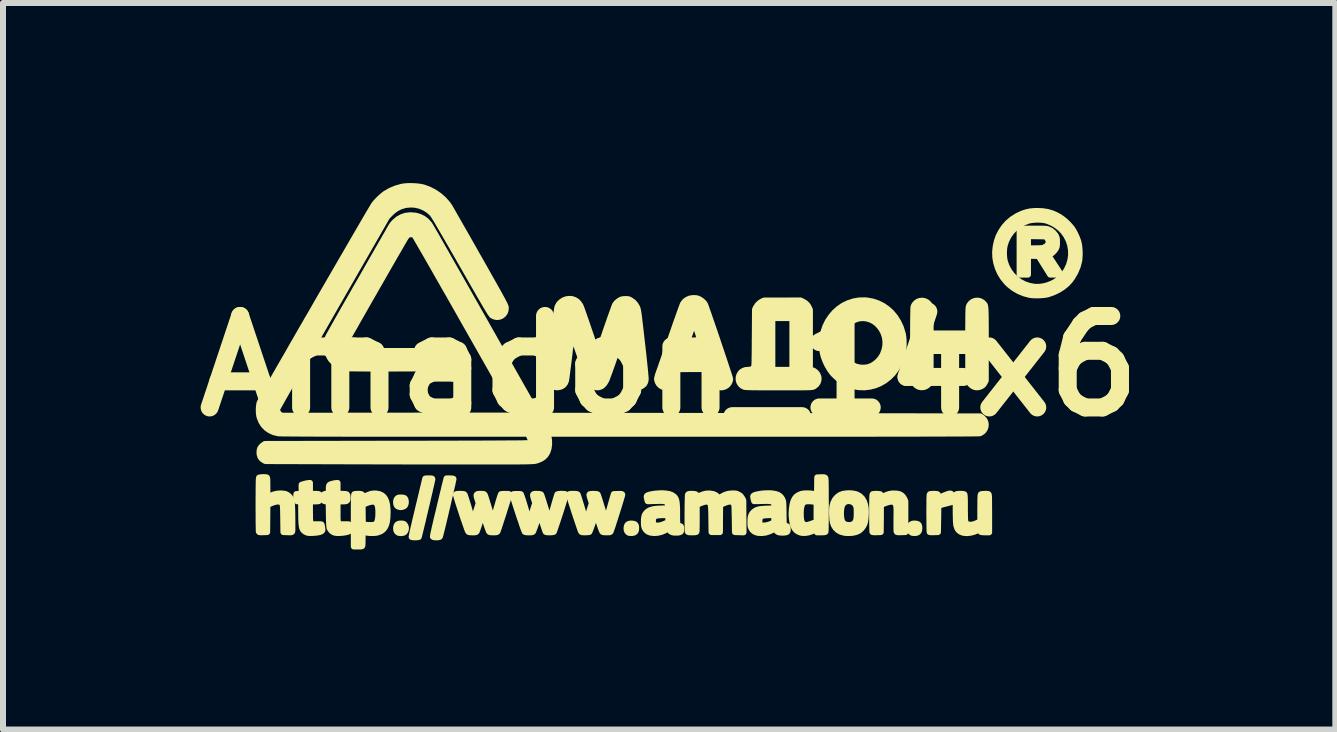
<source format=kicad_pcb>
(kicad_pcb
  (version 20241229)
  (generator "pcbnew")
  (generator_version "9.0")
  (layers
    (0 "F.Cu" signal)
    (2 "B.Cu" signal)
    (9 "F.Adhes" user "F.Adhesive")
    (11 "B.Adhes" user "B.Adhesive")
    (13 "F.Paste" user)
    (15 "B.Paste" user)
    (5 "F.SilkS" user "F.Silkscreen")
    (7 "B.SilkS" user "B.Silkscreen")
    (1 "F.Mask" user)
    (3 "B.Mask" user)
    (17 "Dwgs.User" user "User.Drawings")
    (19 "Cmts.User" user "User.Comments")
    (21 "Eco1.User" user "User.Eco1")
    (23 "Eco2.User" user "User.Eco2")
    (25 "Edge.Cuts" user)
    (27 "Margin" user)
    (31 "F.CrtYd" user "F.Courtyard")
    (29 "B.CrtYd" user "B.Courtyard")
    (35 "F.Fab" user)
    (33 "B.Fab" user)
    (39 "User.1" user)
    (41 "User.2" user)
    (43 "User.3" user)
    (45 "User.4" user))
  (footprint "Amadon_14x6"
    (layer "F.Cu")
    (at 8.099 3.049)
    (property "Reference" "Amadon_14x6" (at 0 0 0) (layer "F.SilkS") (effects (font (size 1.524 1.524) (thickness 0.3))))
    (attr through_hole)
    (fp_poly (pts (xy -0.55 2.7) (xy -0.553 2.735) (xy -0.564 2.759) (xy -0.584 2.774) (xy -0.614 2.781) (xy -0.62 2.781) (xy -0.644 2.781) (xy -0.665 2.779) (xy -0.673 2.777) (xy -0.694 2.761) (xy -0.707 2.734) (xy -0.71 2.706) (xy -0.706 2.67) (xy -0.695 2.646) (xy -0.674 2.631) (xy -0.644 2.624) (xy -0.615 2.625) (xy -0.584 2.63) (xy -0.565 2.641) (xy -0.554 2.66) (xy -0.55 2.689) (xy -0.55 2.7)) (stroke (width 0.1) (type solid)) (fill yes) (layer "F.SilkS"))
    (fp_poly (pts (xy 4.168 2.7) (xy 4.165 2.735) (xy 4.154 2.759) (xy 4.135 2.774) (xy 4.105 2.781) (xy 4.098 2.781) (xy 4.074 2.781) (xy 4.053 2.779) (xy 4.046 2.777) (xy 4.024 2.761) (xy 4.012 2.734) (xy 4.008 2.706) (xy 4.012 2.67) (xy 4.023 2.646) (xy 4.044 2.631) (xy 4.074 2.624) (xy 4.103 2.625) (xy 4.134 2.63) (xy 4.153 2.641) (xy 4.164 2.66) (xy 4.168 2.689) (xy 4.168 2.7)) (stroke (width 0.1) (type solid)) (fill yes) (layer "F.SilkS"))
    (fp_poly (pts (xy -4.386 2.692) (xy -4.387 2.722) (xy -4.396 2.748) (xy -4.412 2.768) (xy -4.419 2.773) (xy -4.445 2.781) (xy -4.475 2.783) (xy -4.504 2.779) (xy -4.516 2.775) (xy -4.536 2.758) (xy -4.547 2.733) (xy -4.549 2.698) (xy -4.549 2.694) (xy -4.543 2.662) (xy -4.53 2.641) (xy -4.508 2.628) (xy -4.475 2.624) (xy -4.467 2.624) (xy -4.441 2.625) (xy -4.425 2.628) (xy -4.412 2.637) (xy -4.409 2.64) (xy -4.393 2.664) (xy -4.386 2.692)) (stroke (width 0.1) (type solid)) (fill yes) (layer "F.SilkS"))
    (fp_poly (pts (xy -4.387 2.265) (xy -4.39 2.293) (xy -4.399 2.317) (xy -4.412 2.332) (xy -4.43 2.341) (xy -4.453 2.348) (xy -4.474 2.35) (xy -4.485 2.349) (xy -4.497 2.346) (xy -4.511 2.342) (xy -4.53 2.332) (xy -4.543 2.312) (xy -4.549 2.287) (xy -4.55 2.259) (xy -4.545 2.232) (xy -4.534 2.21) (xy -4.517 2.196) (xy -4.512 2.194) (xy -4.487 2.19) (xy -4.458 2.19) (xy -4.432 2.193) (xy -4.413 2.198) (xy -4.398 2.213) (xy -4.39 2.237) (xy -4.387 2.265)) (stroke (width 0.1) (type solid)) (fill yes) (layer "F.SilkS"))
    (fp_poly (pts (xy -3.594 1.879) (xy -3.595 1.887) (xy -3.599 1.906) (xy -3.605 1.937) (xy -3.614 1.978) (xy -3.625 2.026) (xy -3.638 2.082) (xy -3.652 2.143) (xy -3.667 2.208) (xy -3.683 2.277) (xy -3.699 2.347) (xy -3.716 2.417) (xy -3.732 2.486) (xy -3.748 2.553) (xy -3.763 2.616) (xy -3.777 2.674) (xy -3.79 2.726) (xy -3.801 2.77) (xy -3.81 2.805) (xy -3.817 2.829) (xy -3.821 2.843) (xy -3.822 2.844) (xy -3.833 2.849) (xy -3.852 2.852) (xy -3.876 2.854) (xy -3.901 2.853) (xy -3.922 2.85) (xy -3.934 2.845) (xy -3.936 2.843) (xy -3.935 2.834) (xy -3.932 2.814) (xy -3.926 2.783) (xy -3.917 2.743) (xy -3.907 2.697) (xy -3.895 2.645) (xy -3.887 2.612) (xy -3.871 2.541) (xy -3.853 2.468) (xy -3.835 2.394) (xy -3.818 2.32) (xy -3.8 2.247) (xy -3.784 2.178) (xy -3.768 2.113) (xy -3.754 2.055) (xy -3.742 2.003) (xy -3.731 1.96) (xy -3.723 1.928) (xy -3.718 1.906) (xy -3.716 1.901) (xy -3.709 1.872) (xy -3.654 1.872) (xy -3.627 1.873) (xy -3.607 1.875) (xy -3.595 1.878) (xy -3.594 1.879)) (stroke (width 0.1) (type solid)) (fill yes) (layer "F.SilkS"))
    (fp_poly (pts (xy 4.715 2.264) (xy 4.628 2.287) (xy 4.592 2.296) (xy 4.558 2.305) (xy 4.531 2.313) (xy 4.513 2.319) (xy 4.513 2.319) (xy 4.485 2.329) (xy 4.482 2.548) (xy 4.478 2.766) (xy 4.412 2.768) (xy 4.382 2.769) (xy 4.359 2.768) (xy 4.344 2.766) (xy 4.34 2.765) (xy 4.339 2.757) (xy 4.338 2.737) (xy 4.337 2.706) (xy 4.337 2.665) (xy 4.336 2.616) (xy 4.336 2.56) (xy 4.335 2.498) (xy 4.335 2.449) (xy 4.335 2.375) (xy 4.336 2.313) (xy 4.336 2.263) (xy 4.336 2.223) (xy 4.337 2.192) (xy 4.338 2.169) (xy 4.339 2.153) (xy 4.341 2.143) (xy 4.343 2.137) (xy 4.346 2.134) (xy 4.346 2.134) (xy 4.359 2.132) (xy 4.38 2.13) (xy 4.407 2.129) (xy 4.408 2.129) (xy 4.441 2.13) (xy 4.462 2.132) (xy 4.474 2.138) (xy 4.48 2.148) (xy 4.481 2.165) (xy 4.482 2.176) (xy 4.482 2.214) (xy 4.513 2.192) (xy 4.541 2.175) (xy 4.576 2.158) (xy 4.613 2.143) (xy 4.647 2.131) (xy 4.67 2.125) (xy 4.686 2.124) (xy 4.697 2.128) (xy 4.705 2.139) (xy 4.709 2.16) (xy 4.712 2.192) (xy 4.712 2.206) (xy 4.715 2.264)) (stroke (width 0.1) (type solid)) (fill yes) (layer "F.SilkS"))
    (fp_poly (pts (xy -3.946 1.886) (xy -3.947 1.895) (xy -3.952 1.916) (xy -3.959 1.948) (xy -3.968 1.989) (xy -3.98 2.038) (xy -3.992 2.094) (xy -4.007 2.156) (xy -4.022 2.222) (xy -4.038 2.29) (xy -4.055 2.36) (xy -4.071 2.43) (xy -4.088 2.499) (xy -4.103 2.566) (xy -4.118 2.628) (xy -4.132 2.685) (xy -4.144 2.736) (xy -4.155 2.779) (xy -4.163 2.812) (xy -4.169 2.835) (xy -4.172 2.846) (xy -4.172 2.847) (xy -4.181 2.85) (xy -4.199 2.852) (xy -4.223 2.853) (xy -4.248 2.853) (xy -4.27 2.852) (xy -4.286 2.849) (xy -4.29 2.847) (xy -4.29 2.843) (xy -4.288 2.832) (xy -4.285 2.815) (xy -4.28 2.79) (xy -4.273 2.757) (xy -4.264 2.715) (xy -4.252 2.665) (xy -4.238 2.604) (xy -4.221 2.532) (xy -4.201 2.45) (xy -4.179 2.355) (xy -4.153 2.249) (xy -4.134 2.169) (xy -4.119 2.107) (xy -4.106 2.05) (xy -4.093 1.999) (xy -4.083 1.954) (xy -4.074 1.918) (xy -4.068 1.892) (xy -4.065 1.878) (xy -4.064 1.875) (xy -4.058 1.873) (xy -4.04 1.872) (xy -4.016 1.872) (xy -4.005 1.872) (xy -3.976 1.872) (xy -3.959 1.873) (xy -3.949 1.876) (xy -3.946 1.881) (xy -3.946 1.886)) (stroke (width 0.1) (type solid)) (fill yes) (layer "F.SilkS"))
    (fp_poly (pts (xy 6.518 -1.534) (xy 6.518 -1.53) (xy 6.511 -1.527) (xy 6.495 -1.525) (xy 6.47 -1.524) (xy 6.435 -1.524) (xy 6.348 -1.524) (xy 6.251 -1.679) (xy 6.154 -1.834) (xy 6.066 -1.836) (xy 5.978 -1.838) (xy 5.978 -1.681) (xy 5.978 -1.524) (xy 5.908 -1.524) (xy 5.839 -1.524) (xy 5.839 -1.907) (xy 5.839 -2.289) (xy 6.061 -2.289) (xy 6.123 -2.289) (xy 6.173 -2.289) (xy 6.212 -2.289) (xy 6.243 -2.288) (xy 6.266 -2.287) (xy 6.284 -2.285) (xy 6.298 -2.282) (xy 6.31 -2.279) (xy 6.321 -2.275) (xy 6.321 -2.275) (xy 6.365 -2.253) (xy 6.404 -2.22) (xy 6.436 -2.181) (xy 6.443 -2.169) (xy 6.451 -2.15) (xy 6.457 -2.134) (xy 6.46 -2.114) (xy 6.461 -2.088) (xy 6.461 -2.063) (xy 6.461 -2.03) (xy 6.459 -2.006) (xy 6.456 -1.988) (xy 6.449 -1.971) (xy 6.443 -1.958) (xy 6.423 -1.928) (xy 6.396 -1.899) (xy 6.368 -1.875) (xy 6.34 -1.859) (xy 6.336 -1.857) (xy 6.324 -1.853) (xy 6.324 -2.077) (xy 6.314 -2.106) (xy 6.298 -2.132) (xy 6.291 -2.14) (xy 6.269 -2.161) (xy 6.123 -2.163) (xy 5.978 -2.165) (xy 5.978 -2.064) (xy 5.978 -1.962) (xy 6.098 -1.962) (xy 6.142 -1.963) (xy 6.175 -1.963) (xy 6.199 -1.964) (xy 6.217 -1.967) (xy 6.232 -1.97) (xy 6.245 -1.975) (xy 6.253 -1.979) (xy 6.288 -2) (xy 6.312 -2.027) (xy 6.323 -2.051) (xy 6.324 -2.077) (xy 6.324 -1.853) (xy 6.314 -1.849) (xy 6.414 -1.696) (xy 6.441 -1.655) (xy 6.466 -1.617) (xy 6.487 -1.584) (xy 6.503 -1.558) (xy 6.514 -1.541) (xy 6.518 -1.534)) (stroke (width 0.1) (type solid)) (fill yes) (layer "F.SilkS"))
    (fp_poly (pts (xy 3.277 2.437) (xy 3.275 2.489) (xy 3.271 2.54) (xy 3.265 2.585) (xy 3.257 2.618) (xy 3.236 2.664) (xy 3.206 2.705) (xy 3.168 2.739) (xy 3.145 2.752) (xy 3.125 2.76) (xy 3.125 2.463) (xy 3.125 2.422) (xy 3.124 2.384) (xy 3.12 2.353) (xy 3.118 2.338) (xy 3.101 2.303) (xy 3.075 2.276) (xy 3.041 2.257) (xy 3.001 2.249) (xy 2.973 2.25) (xy 2.936 2.26) (xy 2.908 2.279) (xy 2.887 2.309) (xy 2.884 2.314) (xy 2.873 2.347) (xy 2.865 2.389) (xy 2.862 2.436) (xy 2.862 2.484) (xy 2.867 2.53) (xy 2.875 2.57) (xy 2.887 2.599) (xy 2.908 2.623) (xy 2.939 2.64) (xy 2.976 2.649) (xy 3.016 2.649) (xy 3.042 2.644) (xy 3.075 2.628) (xy 3.1 2.602) (xy 3.116 2.567) (xy 3.117 2.563) (xy 3.121 2.538) (xy 3.124 2.503) (xy 3.125 2.463) (xy 3.125 2.76) (xy 3.102 2.768) (xy 3.05 2.779) (xy 2.994 2.782) (xy 2.937 2.78) (xy 2.915 2.776) (xy 2.859 2.761) (xy 2.811 2.734) (xy 2.772 2.697) (xy 2.743 2.65) (xy 2.725 2.596) (xy 2.72 2.566) (xy 2.717 2.526) (xy 2.715 2.481) (xy 2.714 2.434) (xy 2.715 2.389) (xy 2.718 2.351) (xy 2.721 2.33) (xy 2.737 2.275) (xy 2.763 2.225) (xy 2.798 2.184) (xy 2.84 2.152) (xy 2.858 2.143) (xy 2.899 2.129) (xy 2.948 2.122) (xy 3.002 2.119) (xy 3.055 2.123) (xy 3.103 2.132) (xy 3.135 2.143) (xy 3.18 2.17) (xy 3.217 2.208) (xy 3.246 2.257) (xy 3.265 2.315) (xy 3.271 2.345) (xy 3.276 2.388) (xy 3.277 2.437)) (stroke (width 0.1) (type solid)) (fill yes) (layer "F.SilkS"))
    (fp_poly (pts (xy 3.935 2.766) (xy 3.864 2.768) (xy 3.832 2.769) (xy 3.811 2.768) (xy 3.799 2.767) (xy 3.793 2.763) (xy 3.789 2.757) (xy 3.789 2.756) (xy 3.788 2.746) (xy 3.787 2.724) (xy 3.787 2.691) (xy 3.787 2.65) (xy 3.787 2.603) (xy 3.787 2.552) (xy 3.787 2.539) (xy 3.788 2.479) (xy 3.788 2.432) (xy 3.788 2.395) (xy 3.787 2.367) (xy 3.786 2.346) (xy 3.784 2.331) (xy 3.781 2.319) (xy 3.778 2.309) (xy 3.777 2.306) (xy 3.762 2.282) (xy 3.743 2.266) (xy 3.718 2.259) (xy 3.685 2.26) (xy 3.644 2.269) (xy 3.593 2.287) (xy 3.583 2.291) (xy 3.528 2.312) (xy 3.527 2.539) (xy 3.525 2.766) (xy 3.458 2.768) (xy 3.429 2.769) (xy 3.405 2.768) (xy 3.39 2.766) (xy 3.387 2.765) (xy 3.386 2.757) (xy 3.385 2.737) (xy 3.384 2.706) (xy 3.383 2.665) (xy 3.383 2.616) (xy 3.382 2.56) (xy 3.382 2.498) (xy 3.382 2.449) (xy 3.382 2.375) (xy 3.382 2.313) (xy 3.383 2.263) (xy 3.383 2.223) (xy 3.384 2.192) (xy 3.385 2.169) (xy 3.386 2.153) (xy 3.388 2.143) (xy 3.39 2.137) (xy 3.392 2.134) (xy 3.393 2.134) (xy 3.408 2.131) (xy 3.431 2.129) (xy 3.458 2.129) (xy 3.484 2.131) (xy 3.506 2.133) (xy 3.519 2.137) (xy 3.52 2.138) (xy 3.526 2.15) (xy 3.528 2.169) (xy 3.528 2.169) (xy 3.528 2.191) (xy 3.575 2.168) (xy 3.623 2.146) (xy 3.665 2.132) (xy 3.707 2.124) (xy 3.748 2.123) (xy 3.8 2.126) (xy 3.842 2.136) (xy 3.874 2.155) (xy 3.9 2.183) (xy 3.917 2.212) (xy 3.935 2.251) (xy 3.935 2.509) (xy 3.935 2.766)) (stroke (width 0.1) (type solid)) (fill yes) (layer "F.SilkS"))
    (fp_poly (pts (xy -5.777 2.731) (xy -5.78 2.74) (xy -5.787 2.748) (xy -5.789 2.75) (xy -5.804 2.758) (xy -5.827 2.766) (xy -5.84 2.769) (xy -5.869 2.774) (xy -5.905 2.778) (xy -5.942 2.78) (xy -5.977 2.781) (xy -6.006 2.78) (xy -6.024 2.777) (xy -6.062 2.762) (xy -6.091 2.738) (xy -6.105 2.719) (xy -6.112 2.702) (xy -6.118 2.681) (xy -6.122 2.654) (xy -6.126 2.62) (xy -6.128 2.577) (xy -6.13 2.524) (xy -6.13 2.46) (xy -6.131 2.427) (xy -6.131 2.255) (xy -6.164 2.255) (xy -6.188 2.254) (xy -6.203 2.25) (xy -6.21 2.24) (xy -6.213 2.221) (xy -6.213 2.192) (xy -6.213 2.188) (xy -6.211 2.133) (xy -6.167 2.131) (xy -6.124 2.129) (xy -6.124 2.053) (xy -6.124 1.977) (xy -6.087 1.966) (xy -6.059 1.958) (xy -6.029 1.952) (xy -6.018 1.951) (xy -5.985 1.947) (xy -5.985 2.038) (xy -5.985 2.129) (xy -5.908 2.129) (xy -5.871 2.13) (xy -5.846 2.132) (xy -5.83 2.138) (xy -5.822 2.148) (xy -5.818 2.165) (xy -5.818 2.19) (xy -5.818 2.192) (xy -5.818 2.218) (xy -5.821 2.235) (xy -5.83 2.246) (xy -5.845 2.252) (xy -5.869 2.254) (xy -5.905 2.255) (xy -5.908 2.255) (xy -5.985 2.255) (xy -5.985 2.421) (xy -5.984 2.481) (xy -5.984 2.527) (xy -5.982 2.563) (xy -5.979 2.59) (xy -5.976 2.609) (xy -5.971 2.622) (xy -5.964 2.63) (xy -5.962 2.632) (xy -5.952 2.634) (xy -5.931 2.636) (xy -5.903 2.636) (xy -5.875 2.636) (xy -5.844 2.636) (xy -5.818 2.636) (xy -5.8 2.637) (xy -5.793 2.639) (xy -5.79 2.647) (xy -5.786 2.665) (xy -5.782 2.69) (xy -5.782 2.69) (xy -5.778 2.716) (xy -5.777 2.731)) (stroke (width 0.1) (type solid)) (fill yes) (layer "F.SilkS"))
    (fp_poly (pts (xy -5.318 2.731) (xy -5.321 2.74) (xy -5.328 2.748) (xy -5.33 2.75) (xy -5.349 2.759) (xy -5.378 2.767) (xy -5.415 2.774) (xy -5.455 2.779) (xy -5.496 2.781) (xy -5.534 2.781) (xy -5.566 2.777) (xy -5.573 2.776) (xy -5.604 2.762) (xy -5.632 2.738) (xy -5.653 2.708) (xy -5.658 2.695) (xy -5.661 2.679) (xy -5.664 2.65) (xy -5.666 2.608) (xy -5.668 2.555) (xy -5.669 2.491) (xy -5.67 2.462) (xy -5.673 2.255) (xy -5.705 2.255) (xy -5.727 2.253) (xy -5.743 2.25) (xy -5.747 2.248) (xy -5.754 2.237) (xy -5.759 2.217) (xy -5.761 2.193) (xy -5.76 2.169) (xy -5.756 2.149) (xy -5.756 2.149) (xy -5.75 2.138) (xy -5.742 2.132) (xy -5.727 2.13) (xy -5.71 2.129) (xy -5.672 2.129) (xy -5.671 2.069) (xy -5.671 2.032) (xy -5.669 2.006) (xy -5.665 1.989) (xy -5.657 1.979) (xy -5.644 1.971) (xy -5.627 1.966) (xy -5.599 1.958) (xy -5.569 1.952) (xy -5.558 1.951) (xy -5.525 1.947) (xy -5.525 2.038) (xy -5.525 2.129) (xy -5.449 2.129) (xy -5.412 2.13) (xy -5.387 2.132) (xy -5.371 2.138) (xy -5.363 2.148) (xy -5.359 2.166) (xy -5.358 2.191) (xy -5.358 2.195) (xy -5.359 2.219) (xy -5.363 2.235) (xy -5.373 2.246) (xy -5.39 2.252) (xy -5.417 2.254) (xy -5.453 2.255) (xy -5.525 2.255) (xy -5.525 2.426) (xy -5.525 2.483) (xy -5.525 2.528) (xy -5.523 2.562) (xy -5.521 2.588) (xy -5.518 2.606) (xy -5.514 2.618) (xy -5.508 2.627) (xy -5.502 2.632) (xy -5.492 2.634) (xy -5.472 2.636) (xy -5.443 2.636) (xy -5.416 2.636) (xy -5.385 2.636) (xy -5.358 2.636) (xy -5.34 2.637) (xy -5.334 2.639) (xy -5.331 2.647) (xy -5.327 2.665) (xy -5.323 2.69) (xy -5.322 2.69) (xy -5.319 2.716) (xy -5.318 2.731)) (stroke (width 0.1) (type solid)) (fill yes) (layer "F.SilkS"))
    (fp_poly (pts (xy 5.331 2.77) (xy 5.262 2.77) (xy 5.228 2.769) (xy 5.206 2.767) (xy 5.193 2.763) (xy 5.187 2.754) (xy 5.185 2.74) (xy 5.184 2.73) (xy 5.183 2.718) (xy 5.179 2.715) (xy 5.171 2.719) (xy 5.154 2.728) (xy 5.139 2.736) (xy 5.083 2.76) (xy 5.025 2.776) (xy 4.968 2.783) (xy 4.916 2.78) (xy 4.888 2.774) (xy 4.849 2.757) (xy 4.82 2.733) (xy 4.799 2.7) (xy 4.785 2.657) (xy 4.781 2.629) (xy 4.779 2.605) (xy 4.777 2.572) (xy 4.776 2.532) (xy 4.775 2.486) (xy 4.774 2.436) (xy 4.774 2.384) (xy 4.774 2.333) (xy 4.774 2.284) (xy 4.775 2.238) (xy 4.776 2.199) (xy 4.778 2.168) (xy 4.78 2.147) (xy 4.782 2.138) (xy 4.782 2.138) (xy 4.794 2.133) (xy 4.818 2.13) (xy 4.85 2.129) (xy 4.884 2.13) (xy 4.907 2.133) (xy 4.919 2.138) (xy 4.921 2.145) (xy 4.923 2.16) (xy 4.925 2.185) (xy 4.926 2.22) (xy 4.927 2.267) (xy 4.927 2.327) (xy 4.927 2.355) (xy 4.927 2.414) (xy 4.928 2.467) (xy 4.929 2.513) (xy 4.93 2.55) (xy 4.932 2.576) (xy 4.934 2.59) (xy 4.948 2.618) (xy 4.971 2.636) (xy 5.003 2.644) (xy 5.042 2.643) (xy 5.088 2.632) (xy 5.139 2.611) (xy 5.155 2.603) (xy 5.184 2.588) (xy 5.184 2.367) (xy 5.185 2.3) (xy 5.185 2.247) (xy 5.186 2.205) (xy 5.187 2.174) (xy 5.189 2.153) (xy 5.191 2.141) (xy 5.193 2.138) (xy 5.203 2.134) (xy 5.223 2.131) (xy 5.249 2.13) (xy 5.276 2.129) (xy 5.3 2.13) (xy 5.317 2.133) (xy 5.32 2.134) (xy 5.322 2.136) (xy 5.324 2.141) (xy 5.326 2.15) (xy 5.327 2.165) (xy 5.329 2.186) (xy 5.329 2.214) (xy 5.33 2.252) (xy 5.33 2.299) (xy 5.33 2.358) (xy 5.331 2.428) (xy 5.331 2.454) (xy 5.331 2.77)) (stroke (width 0.1) (type solid)) (fill yes) (layer "F.SilkS"))
    (fp_poly (pts (xy -4.691 2.446) (xy -4.694 2.524) (xy -4.702 2.591) (xy -4.717 2.646) (xy -4.739 2.691) (xy -4.768 2.726) (xy -4.804 2.752) (xy -4.845 2.768) (xy -4.845 2.405) (xy -4.85 2.352) (xy -4.86 2.311) (xy -4.877 2.282) (xy -4.901 2.265) (xy -4.932 2.258) (xy -4.971 2.262) (xy -5.019 2.275) (xy -5.066 2.294) (xy -5.108 2.312) (xy -5.106 2.473) (xy -5.104 2.634) (xy -5.07 2.642) (xy -5.046 2.646) (xy -5.015 2.648) (xy -4.981 2.649) (xy -4.971 2.649) (xy -4.939 2.648) (xy -4.917 2.646) (xy -4.903 2.641) (xy -4.893 2.635) (xy -4.892 2.634) (xy -4.874 2.614) (xy -4.861 2.589) (xy -4.853 2.555) (xy -4.847 2.512) (xy -4.845 2.47) (xy -4.845 2.405) (xy -4.845 2.768) (xy -4.849 2.77) (xy -4.877 2.777) (xy -4.916 2.781) (xy -4.963 2.782) (xy -5.011 2.779) (xy -5.054 2.772) (xy -5.075 2.767) (xy -5.108 2.757) (xy -5.108 2.871) (xy -5.108 2.91) (xy -5.109 2.944) (xy -5.11 2.972) (xy -5.111 2.99) (xy -5.112 2.995) (xy -5.116 3) (xy -5.127 3.004) (xy -5.145 3.006) (xy -5.174 3.006) (xy -5.185 3.006) (xy -5.254 3.006) (xy -5.254 2.572) (xy -5.254 2.483) (xy -5.254 2.407) (xy -5.254 2.342) (xy -5.253 2.289) (xy -5.253 2.246) (xy -5.252 2.211) (xy -5.251 2.184) (xy -5.25 2.164) (xy -5.249 2.151) (xy -5.247 2.141) (xy -5.246 2.136) (xy -5.243 2.134) (xy -5.243 2.134) (xy -5.231 2.132) (xy -5.209 2.13) (xy -5.182 2.129) (xy -5.177 2.129) (xy -5.145 2.131) (xy -5.125 2.135) (xy -5.113 2.144) (xy -5.109 2.16) (xy -5.108 2.174) (xy -5.108 2.192) (xy -5.054 2.165) (xy -5.008 2.144) (xy -4.969 2.13) (xy -4.931 2.124) (xy -4.892 2.123) (xy -4.883 2.124) (xy -4.834 2.132) (xy -4.793 2.149) (xy -4.759 2.175) (xy -4.732 2.212) (xy -4.712 2.26) (xy -4.699 2.319) (xy -4.692 2.39) (xy -4.691 2.446)) (stroke (width 0.1) (type solid)) (fill yes) (layer "F.SilkS"))
    (fp_poly (pts (xy 2.489 0.193) (xy 2.488 0.234) (xy 2.475 0.273) (xy 2.451 0.307) (xy 2.419 0.334) (xy 2.404 0.342) (xy 2.399 0.344) (xy 2.392 0.346) (xy 2.383 0.348) (xy 2.371 0.349) (xy 2.354 0.351) (xy 2.333 0.352) (xy 2.306 0.353) (xy 2.272 0.353) (xy 2.231 0.354) (xy 2.18 0.354) (xy 2.12 0.354) (xy 2.053 0.354) (xy 2.053 0.063) (xy 2.053 -0.369) (xy 2.053 -0.8) (xy 1.886 -0.8) (xy 1.719 -0.8) (xy 1.719 -0.369) (xy 1.719 0.063) (xy 1.886 0.063) (xy 2.053 0.063) (xy 2.053 0.354) (xy 2.049 0.354) (xy 1.966 0.354) (xy 1.871 0.354) (xy 1.827 0.354) (xy 1.723 0.354) (xy 1.632 0.354) (xy 1.553 0.354) (xy 1.486 0.354) (xy 1.429 0.353) (xy 1.382 0.353) (xy 1.343 0.352) (xy 1.312 0.351) (xy 1.289 0.35) (xy 1.271 0.348) (xy 1.259 0.347) (xy 1.251 0.345) (xy 1.25 0.345) (xy 1.213 0.325) (xy 1.185 0.296) (xy 1.166 0.262) (xy 1.157 0.224) (xy 1.159 0.184) (xy 1.171 0.146) (xy 1.194 0.111) (xy 1.206 0.099) (xy 1.237 0.079) (xy 1.273 0.067) (xy 1.318 0.063) (xy 1.322 0.063) (xy 1.357 0.06) (xy 1.383 0.05) (xy 1.404 0.031) (xy 1.409 0.026) (xy 1.411 0.021) (xy 1.414 0.017) (xy 1.416 0.01) (xy 1.418 0.001) (xy 1.419 -0.011) (xy 1.421 -0.029) (xy 1.422 -0.052) (xy 1.423 -0.082) (xy 1.423 -0.119) (xy 1.424 -0.165) (xy 1.425 -0.221) (xy 1.425 -0.288) (xy 1.426 -0.367) (xy 1.426 -0.458) (xy 1.427 -0.468) (xy 1.43 -0.943) (xy 1.446 -0.975) (xy 1.474 -1.018) (xy 1.512 -1.054) (xy 1.548 -1.076) (xy 1.583 -1.092) (xy 1.886 -1.092) (xy 2.19 -1.093) (xy 2.232 -1.071) (xy 2.27 -1.048) (xy 2.299 -1.02) (xy 2.323 -0.984) (xy 2.329 -0.971) (xy 2.345 -0.936) (xy 2.345 -0.437) (xy 2.345 0.061) (xy 2.373 0.066) (xy 2.409 0.079) (xy 2.441 0.103) (xy 2.467 0.134) (xy 2.484 0.172) (xy 2.489 0.193)) (stroke (width 0.1) (type solid)) (fill yes) (layer "F.SilkS"))
    (fp_poly (pts (xy -6.278 2.659) (xy -6.278 2.698) (xy -6.278 2.728) (xy -6.279 2.747) (xy -6.28 2.752) (xy -6.282 2.76) (xy -6.287 2.765) (xy -6.295 2.768) (xy -6.311 2.769) (xy -6.337 2.769) (xy -6.355 2.768) (xy -6.427 2.766) (xy -6.43 2.54) (xy -6.431 2.478) (xy -6.432 2.427) (xy -6.433 2.388) (xy -6.434 2.358) (xy -6.436 2.336) (xy -6.438 2.319) (xy -6.44 2.307) (xy -6.443 2.298) (xy -6.447 2.291) (xy -6.448 2.289) (xy -6.466 2.269) (xy -6.491 2.258) (xy -6.524 2.256) (xy -6.566 2.263) (xy -6.618 2.28) (xy -6.641 2.29) (xy -6.694 2.312) (xy -6.696 2.539) (xy -6.698 2.766) (xy -6.765 2.768) (xy -6.797 2.769) (xy -6.817 2.768) (xy -6.829 2.766) (xy -6.835 2.761) (xy -6.836 2.759) (xy -6.837 2.75) (xy -6.838 2.729) (xy -6.838 2.696) (xy -6.839 2.652) (xy -6.84 2.6) (xy -6.84 2.54) (xy -6.84 2.473) (xy -6.841 2.401) (xy -6.841 2.324) (xy -6.841 2.308) (xy -6.841 2.213) (xy -6.84 2.131) (xy -6.84 2.062) (xy -6.839 2.004) (xy -6.839 1.957) (xy -6.838 1.921) (xy -6.837 1.893) (xy -6.835 1.874) (xy -6.834 1.863) (xy -6.832 1.859) (xy -6.822 1.856) (xy -6.802 1.853) (xy -6.776 1.851) (xy -6.749 1.851) (xy -6.725 1.852) (xy -6.708 1.855) (xy -6.705 1.855) (xy -6.702 1.858) (xy -6.699 1.865) (xy -6.697 1.876) (xy -6.696 1.895) (xy -6.695 1.923) (xy -6.695 1.96) (xy -6.694 2.01) (xy -6.694 2.022) (xy -6.694 2.068) (xy -6.694 2.109) (xy -6.693 2.143) (xy -6.692 2.168) (xy -6.691 2.183) (xy -6.691 2.185) (xy -6.683 2.182) (xy -6.667 2.175) (xy -6.647 2.165) (xy -6.59 2.14) (xy -6.534 2.127) (xy -6.477 2.122) (xy -6.431 2.125) (xy -6.395 2.131) (xy -6.365 2.144) (xy -6.339 2.164) (xy -6.335 2.168) (xy -6.322 2.181) (xy -6.311 2.194) (xy -6.303 2.209) (xy -6.296 2.227) (xy -6.291 2.249) (xy -6.287 2.277) (xy -6.284 2.312) (xy -6.282 2.357) (xy -6.28 2.412) (xy -6.279 2.479) (xy -6.279 2.503) (xy -6.278 2.56) (xy -6.278 2.612) (xy -6.278 2.659)) (stroke (width 0.1) (type solid)) (fill yes) (layer "F.SilkS"))
    (fp_poly (pts (xy 2.61 2.311) (xy 2.61 2.388) (xy 2.609 2.461) (xy 2.609 2.529) (xy 2.609 2.59) (xy 2.608 2.644) (xy 2.608 2.689) (xy 2.607 2.723) (xy 2.606 2.747) (xy 2.605 2.758) (xy 2.605 2.759) (xy 2.601 2.764) (xy 2.591 2.767) (xy 2.573 2.769) (xy 2.544 2.77) (xy 2.532 2.77) (xy 2.463 2.77) (xy 2.463 2.739) (xy 2.463 2.707) (xy 2.456 2.711) (xy 2.456 2.595) (xy 2.456 2.432) (xy 2.456 2.27) (xy 2.416 2.261) (xy 2.379 2.255) (xy 2.34 2.252) (xy 2.303 2.253) (xy 2.273 2.256) (xy 2.256 2.261) (xy 2.233 2.276) (xy 2.216 2.302) (xy 2.203 2.339) (xy 2.195 2.387) (xy 2.192 2.447) (xy 2.192 2.46) (xy 2.194 2.518) (xy 2.199 2.564) (xy 2.209 2.598) (xy 2.224 2.623) (xy 2.243 2.638) (xy 2.257 2.644) (xy 2.273 2.648) (xy 2.284 2.65) (xy 2.295 2.649) (xy 2.313 2.645) (xy 2.316 2.644) (xy 2.338 2.638) (xy 2.366 2.629) (xy 2.396 2.618) (xy 2.402 2.616) (xy 2.456 2.595) (xy 2.456 2.711) (xy 2.43 2.727) (xy 2.376 2.754) (xy 2.32 2.772) (xy 2.265 2.781) (xy 2.215 2.779) (xy 2.192 2.775) (xy 2.151 2.759) (xy 2.118 2.737) (xy 2.092 2.707) (xy 2.072 2.668) (xy 2.057 2.618) (xy 2.047 2.557) (xy 2.044 2.534) (xy 2.04 2.481) (xy 2.041 2.432) (xy 2.045 2.378) (xy 2.045 2.376) (xy 2.055 2.309) (xy 2.07 2.254) (xy 2.091 2.21) (xy 2.118 2.176) (xy 2.153 2.151) (xy 2.195 2.133) (xy 2.199 2.131) (xy 2.234 2.124) (xy 2.278 2.121) (xy 2.326 2.121) (xy 2.372 2.125) (xy 2.411 2.132) (xy 2.412 2.132) (xy 2.435 2.138) (xy 2.452 2.142) (xy 2.459 2.143) (xy 2.46 2.137) (xy 2.462 2.118) (xy 2.463 2.09) (xy 2.464 2.054) (xy 2.465 2.012) (xy 2.465 1.999) (xy 2.467 1.855) (xy 2.529 1.853) (xy 2.56 1.852) (xy 2.58 1.853) (xy 2.592 1.856) (xy 2.599 1.861) (xy 2.601 1.863) (xy 2.603 1.868) (xy 2.604 1.879) (xy 2.606 1.897) (xy 2.607 1.923) (xy 2.608 1.957) (xy 2.608 2.001) (xy 2.609 2.055) (xy 2.609 2.12) (xy 2.609 2.197) (xy 2.61 2.286) (xy 2.61 2.311)) (stroke (width 0.1) (type solid)) (fill yes) (layer "F.SilkS"))
    (fp_poly (pts (xy 3.907 -0.38) (xy 3.906 -0.324) (xy 3.902 -0.272) (xy 3.896 -0.226) (xy 3.894 -0.216) (xy 3.867 -0.12) (xy 3.83 -0.031) (xy 3.782 0.05) (xy 3.726 0.123) (xy 3.661 0.188) (xy 3.603 0.233) (xy 3.603 -0.352) (xy 3.603 -0.422) (xy 3.592 -0.489) (xy 3.571 -0.552) (xy 3.541 -0.611) (xy 3.503 -0.663) (xy 3.459 -0.709) (xy 3.408 -0.747) (xy 3.352 -0.775) (xy 3.292 -0.793) (xy 3.228 -0.8) (xy 3.163 -0.794) (xy 3.158 -0.793) (xy 3.096 -0.773) (xy 3.038 -0.741) (xy 2.985 -0.698) (xy 2.939 -0.646) (xy 2.901 -0.586) (xy 2.872 -0.52) (xy 2.863 -0.487) (xy 2.856 -0.444) (xy 2.854 -0.394) (xy 2.856 -0.34) (xy 2.862 -0.289) (xy 2.873 -0.246) (xy 2.874 -0.244) (xy 2.904 -0.175) (xy 2.943 -0.115) (xy 2.99 -0.064) (xy 3.044 -0.023) (xy 3.103 0.006) (xy 3.167 0.023) (xy 3.222 0.028) (xy 3.255 0.026) (xy 3.288 0.023) (xy 3.314 0.019) (xy 3.317 0.018) (xy 3.379 -0.005) (xy 3.437 -0.043) (xy 3.486 -0.087) (xy 3.527 -0.137) (xy 3.559 -0.19) (xy 3.582 -0.251) (xy 3.591 -0.281) (xy 3.603 -0.352) (xy 3.603 0.233) (xy 3.59 0.243) (xy 3.512 0.288) (xy 3.429 0.322) (xy 3.341 0.344) (xy 3.251 0.354) (xy 3.158 0.351) (xy 3.13 0.347) (xy 3.046 0.328) (xy 2.963 0.297) (xy 2.883 0.254) (xy 2.81 0.202) (xy 2.743 0.14) (xy 2.71 0.102) (xy 2.671 0.046) (xy 2.633 -0.019) (xy 2.601 -0.088) (xy 2.576 -0.156) (xy 2.57 -0.177) (xy 2.563 -0.204) (xy 2.558 -0.228) (xy 2.555 -0.251) (xy 2.553 -0.277) (xy 2.552 -0.31) (xy 2.551 -0.352) (xy 2.551 -0.372) (xy 2.552 -0.419) (xy 2.552 -0.455) (xy 2.554 -0.483) (xy 2.557 -0.507) (xy 2.561 -0.53) (xy 2.567 -0.554) (xy 2.57 -0.565) (xy 2.602 -0.661) (xy 2.645 -0.748) (xy 2.7 -0.829) (xy 2.755 -0.893) (xy 2.826 -0.957) (xy 2.904 -1.01) (xy 2.988 -1.05) (xy 3.076 -1.078) (xy 3.167 -1.093) (xy 3.26 -1.095) (xy 3.297 -1.092) (xy 3.391 -1.075) (xy 3.479 -1.045) (xy 3.562 -1.004) (xy 3.638 -0.951) (xy 3.706 -0.889) (xy 3.766 -0.816) (xy 3.817 -0.735) (xy 3.859 -0.646) (xy 3.889 -0.549) (xy 3.895 -0.526) (xy 3.901 -0.486) (xy 3.905 -0.436) (xy 3.907 -0.38)) (stroke (width 0.1) (type solid)) (fill yes) (layer "F.SilkS"))
    (fp_poly (pts (xy 1.239 2.77) (xy 1.168 2.768) (xy 1.096 2.766) (xy 1.093 2.536) (xy 1.091 2.469) (xy 1.09 2.415) (xy 1.089 2.371) (xy 1.087 2.338) (xy 1.084 2.313) (xy 1.079 2.294) (xy 1.074 2.282) (xy 1.066 2.273) (xy 1.057 2.268) (xy 1.045 2.264) (xy 1.037 2.262) (xy 1.017 2.258) (xy 0.996 2.259) (xy 0.97 2.265) (xy 0.937 2.276) (xy 0.9 2.291) (xy 0.849 2.312) (xy 0.847 2.539) (xy 0.846 2.766) (xy 0.776 2.766) (xy 0.706 2.766) (xy 0.703 2.54) (xy 0.702 2.476) (xy 0.701 2.424) (xy 0.699 2.383) (xy 0.698 2.351) (xy 0.695 2.327) (xy 0.692 2.31) (xy 0.688 2.297) (xy 0.683 2.288) (xy 0.676 2.28) (xy 0.67 2.275) (xy 0.651 2.263) (xy 0.628 2.258) (xy 0.6 2.26) (xy 0.563 2.27) (xy 0.518 2.287) (xy 0.51 2.291) (xy 0.459 2.312) (xy 0.459 2.53) (xy 0.459 2.584) (xy 0.459 2.634) (xy 0.458 2.678) (xy 0.457 2.714) (xy 0.457 2.741) (xy 0.456 2.756) (xy 0.455 2.759) (xy 0.451 2.764) (xy 0.441 2.767) (xy 0.422 2.769) (xy 0.393 2.77) (xy 0.383 2.77) (xy 0.35 2.769) (xy 0.329 2.768) (xy 0.317 2.765) (xy 0.311 2.76) (xy 0.31 2.759) (xy 0.309 2.748) (xy 0.308 2.726) (xy 0.307 2.693) (xy 0.307 2.652) (xy 0.306 2.604) (xy 0.306 2.551) (xy 0.306 2.496) (xy 0.306 2.438) (xy 0.307 2.381) (xy 0.307 2.327) (xy 0.308 2.276) (xy 0.309 2.231) (xy 0.31 2.193) (xy 0.311 2.165) (xy 0.312 2.147) (xy 0.313 2.143) (xy 0.319 2.136) (xy 0.328 2.132) (xy 0.344 2.13) (xy 0.37 2.129) (xy 0.379 2.129) (xy 0.415 2.131) (xy 0.438 2.135) (xy 0.452 2.144) (xy 0.458 2.158) (xy 0.459 2.168) (xy 0.46 2.18) (xy 0.464 2.184) (xy 0.473 2.181) (xy 0.491 2.171) (xy 0.497 2.168) (xy 0.553 2.142) (xy 0.612 2.126) (xy 0.67 2.123) (xy 0.726 2.131) (xy 0.735 2.133) (xy 0.766 2.146) (xy 0.791 2.163) (xy 0.811 2.186) (xy 0.825 2.204) (xy 0.875 2.175) (xy 0.921 2.15) (xy 0.961 2.135) (xy 1.002 2.126) (xy 1.048 2.123) (xy 1.058 2.122) (xy 1.09 2.123) (xy 1.113 2.125) (xy 1.132 2.131) (xy 1.151 2.14) (xy 1.155 2.142) (xy 1.181 2.157) (xy 1.199 2.177) (xy 1.214 2.199) (xy 1.235 2.237) (xy 1.237 2.504) (xy 1.239 2.77)) (stroke (width 0.1) (type solid)) (fill yes) (layer "F.SilkS"))
    (fp_poly (pts (xy 0.2 2.737) (xy 0.196 2.755) (xy 0.185 2.765) (xy 0.165 2.771) (xy 0.134 2.775) (xy 0.127 2.775) (xy 0.083 2.775) (xy 0.049 2.768) (xy 0.025 2.754) (xy 0.006 2.732) (xy 0.006 2.731) (xy -0.004 2.716) (xy -0.011 2.709) (xy -0.013 2.709) (xy -0.014 2.709) (xy -0.014 2.601) (xy -0.014 2.543) (xy -0.014 2.484) (xy -0.109 2.484) (xy -0.161 2.486) (xy -0.201 2.49) (xy -0.231 2.498) (xy -0.251 2.512) (xy -0.263 2.531) (xy -0.27 2.557) (xy -0.271 2.589) (xy -0.267 2.621) (xy -0.255 2.642) (xy -0.233 2.654) (xy -0.2 2.658) (xy -0.171 2.656) (xy -0.142 2.652) (xy -0.132 2.649) (xy -0.108 2.641) (xy -0.08 2.63) (xy -0.057 2.62) (xy -0.014 2.601) (xy -0.014 2.709) (xy -0.021 2.712) (xy -0.038 2.721) (xy -0.061 2.733) (xy -0.069 2.737) (xy -0.13 2.763) (xy -0.192 2.778) (xy -0.253 2.782) (xy -0.309 2.775) (xy -0.314 2.774) (xy -0.354 2.758) (xy -0.384 2.733) (xy -0.405 2.702) (xy -0.412 2.684) (xy -0.417 2.667) (xy -0.42 2.645) (xy -0.421 2.615) (xy -0.421 2.596) (xy -0.42 2.549) (xy -0.415 2.514) (xy -0.407 2.485) (xy -0.393 2.461) (xy -0.378 2.442) (xy -0.353 2.42) (xy -0.321 2.402) (xy -0.282 2.389) (xy -0.234 2.38) (xy -0.175 2.375) (xy -0.103 2.373) (xy -0.102 2.373) (xy -0.012 2.373) (xy -0.017 2.334) (xy -0.022 2.304) (xy -0.03 2.281) (xy -0.044 2.265) (xy -0.065 2.254) (xy -0.094 2.249) (xy -0.134 2.246) (xy -0.181 2.247) (xy -0.22 2.248) (xy -0.259 2.249) (xy -0.292 2.25) (xy -0.316 2.251) (xy -0.317 2.251) (xy -0.358 2.251) (xy -0.368 2.212) (xy -0.374 2.187) (xy -0.374 2.172) (xy -0.37 2.162) (xy -0.37 2.162) (xy -0.355 2.152) (xy -0.328 2.143) (xy -0.291 2.135) (xy -0.245 2.127) (xy -0.2 2.123) (xy -0.122 2.119) (xy -0.055 2.123) (xy 0.002 2.133) (xy 0.048 2.151) (xy 0.083 2.176) (xy 0.094 2.188) (xy 0.105 2.205) (xy 0.113 2.223) (xy 0.12 2.246) (xy 0.125 2.275) (xy 0.128 2.311) (xy 0.131 2.356) (xy 0.132 2.412) (xy 0.132 2.471) (xy 0.132 2.527) (xy 0.133 2.57) (xy 0.134 2.602) (xy 0.136 2.626) (xy 0.139 2.642) (xy 0.144 2.652) (xy 0.152 2.658) (xy 0.161 2.662) (xy 0.174 2.664) (xy 0.176 2.665) (xy 0.188 2.668) (xy 0.195 2.673) (xy 0.199 2.685) (xy 0.2 2.706) (xy 0.2 2.711) (xy 0.2 2.737)) (stroke (width 0.1) (type solid)) (fill yes) (layer "F.SilkS"))
    (fp_poly (pts (xy -1.722 2.139) (xy -1.723 2.147) (xy -1.729 2.167) (xy -1.737 2.196) (xy -1.749 2.235) (xy -1.763 2.279) (xy -1.778 2.329) (xy -1.795 2.383) (xy -1.813 2.439) (xy -1.831 2.494) (xy -1.849 2.549) (xy -1.866 2.601) (xy -1.882 2.648) (xy -1.896 2.689) (xy -1.907 2.722) (xy -1.916 2.746) (xy -1.921 2.759) (xy -1.922 2.761) (xy -1.934 2.766) (xy -1.959 2.769) (xy -1.991 2.77) (xy -2.026 2.769) (xy -2.048 2.766) (xy -2.058 2.761) (xy -2.061 2.752) (xy -2.069 2.732) (xy -2.079 2.703) (xy -2.091 2.666) (xy -2.105 2.624) (xy -2.112 2.603) (xy -2.162 2.453) (xy -2.209 2.596) (xy -2.223 2.639) (xy -2.237 2.678) (xy -2.249 2.711) (xy -2.259 2.737) (xy -2.265 2.752) (xy -2.266 2.754) (xy -2.272 2.762) (xy -2.28 2.766) (xy -2.294 2.769) (xy -2.317 2.77) (xy -2.337 2.77) (xy -2.374 2.769) (xy -2.397 2.765) (xy -2.406 2.761) (xy -2.41 2.751) (xy -2.419 2.73) (xy -2.43 2.7) (xy -2.444 2.661) (xy -2.459 2.615) (xy -2.476 2.564) (xy -2.495 2.511) (xy -2.513 2.455) (xy -2.531 2.4) (xy -2.549 2.346) (xy -2.565 2.295) (xy -2.58 2.25) (xy -2.592 2.211) (xy -2.601 2.18) (xy -2.607 2.159) (xy -2.608 2.15) (xy -2.608 2.15) (xy -2.607 2.142) (xy -2.602 2.137) (xy -2.592 2.134) (xy -2.573 2.132) (xy -2.543 2.131) (xy -2.515 2.131) (xy -2.49 2.132) (xy -2.475 2.134) (xy -2.472 2.135) (xy -2.467 2.143) (xy -2.46 2.163) (xy -2.45 2.192) (xy -2.437 2.23) (xy -2.424 2.273) (xy -2.41 2.318) (xy -2.395 2.368) (xy -2.381 2.417) (xy -2.368 2.461) (xy -2.357 2.499) (xy -2.348 2.528) (xy -2.344 2.542) (xy -2.329 2.59) (xy -2.28 2.436) (xy -2.231 2.282) (xy -2.25 2.224) (xy -2.261 2.188) (xy -2.267 2.163) (xy -2.268 2.147) (xy -2.263 2.137) (xy -2.258 2.134) (xy -2.242 2.13) (xy -2.218 2.129) (xy -2.191 2.13) (xy -2.166 2.131) (xy -2.145 2.135) (xy -2.135 2.139) (xy -2.131 2.147) (xy -2.123 2.168) (xy -2.113 2.198) (xy -2.1 2.237) (xy -2.086 2.283) (xy -2.07 2.334) (xy -2.06 2.367) (xy -1.994 2.587) (xy -1.931 2.367) (xy -1.916 2.314) (xy -1.902 2.264) (xy -1.889 2.221) (xy -1.878 2.185) (xy -1.87 2.158) (xy -1.864 2.142) (xy -1.863 2.138) (xy -1.853 2.134) (xy -1.834 2.131) (xy -1.809 2.129) (xy -1.781 2.129) (xy -1.756 2.13) (xy -1.735 2.133) (xy -1.723 2.137) (xy -1.722 2.139)) (stroke (width 0.1) (type solid)) (fill yes) (layer "F.SilkS"))
    (fp_poly (pts (xy 6.84 -1.897) (xy 6.839 -1.836) (xy 6.835 -1.781) (xy 6.831 -1.751) (xy 6.806 -1.657) (xy 6.768 -1.566) (xy 6.718 -1.48) (xy 6.697 -1.45) (xy 6.697 -1.85) (xy 6.695 -1.934) (xy 6.681 -2.018) (xy 6.654 -2.099) (xy 6.614 -2.176) (xy 6.568 -2.24) (xy 6.516 -2.294) (xy 6.453 -2.343) (xy 6.384 -2.384) (xy 6.311 -2.415) (xy 6.277 -2.426) (xy 6.235 -2.434) (xy 6.184 -2.439) (xy 6.129 -2.44) (xy 6.073 -2.437) (xy 6.023 -2.431) (xy 5.989 -2.423) (xy 5.907 -2.392) (xy 5.831 -2.35) (xy 5.763 -2.297) (xy 5.703 -2.235) (xy 5.653 -2.164) (xy 5.615 -2.087) (xy 5.591 -2.015) (xy 5.582 -1.967) (xy 5.578 -1.911) (xy 5.578 -1.852) (xy 5.583 -1.795) (xy 5.592 -1.745) (xy 5.594 -1.737) (xy 5.624 -1.655) (xy 5.666 -1.579) (xy 5.717 -1.511) (xy 5.778 -1.452) (xy 5.846 -1.402) (xy 5.921 -1.363) (xy 6.001 -1.336) (xy 6.078 -1.322) (xy 6.101 -1.32) (xy 6.12 -1.319) (xy 6.14 -1.319) (xy 6.163 -1.32) (xy 6.194 -1.323) (xy 6.218 -1.326) (xy 6.265 -1.335) (xy 6.318 -1.351) (xy 6.372 -1.372) (xy 6.421 -1.397) (xy 6.424 -1.399) (xy 6.467 -1.428) (xy 6.511 -1.466) (xy 6.554 -1.509) (xy 6.591 -1.554) (xy 6.62 -1.597) (xy 6.623 -1.601) (xy 6.661 -1.682) (xy 6.685 -1.765) (xy 6.697 -1.85) (xy 6.697 -1.45) (xy 6.676 -1.422) (xy 6.622 -1.365) (xy 6.557 -1.313) (xy 6.484 -1.267) (xy 6.405 -1.229) (xy 6.323 -1.2) (xy 6.309 -1.196) (xy 6.266 -1.187) (xy 6.213 -1.182) (xy 6.156 -1.178) (xy 6.099 -1.178) (xy 6.046 -1.181) (xy 6.004 -1.187) (xy 5.913 -1.211) (xy 5.824 -1.248) (xy 5.741 -1.296) (xy 5.666 -1.354) (xy 5.624 -1.395) (xy 5.562 -1.471) (xy 5.512 -1.552) (xy 5.475 -1.636) (xy 5.449 -1.723) (xy 5.434 -1.812) (xy 5.431 -1.902) (xy 5.44 -1.99) (xy 5.459 -2.077) (xy 5.488 -2.161) (xy 5.529 -2.241) (xy 5.58 -2.316) (xy 5.64 -2.384) (xy 5.711 -2.445) (xy 5.792 -2.497) (xy 5.821 -2.512) (xy 5.888 -2.542) (xy 5.952 -2.563) (xy 6.018 -2.577) (xy 6.089 -2.583) (xy 6.131 -2.584) (xy 6.221 -2.58) (xy 6.302 -2.568) (xy 6.378 -2.546) (xy 6.452 -2.514) (xy 6.512 -2.48) (xy 6.553 -2.451) (xy 6.597 -2.415) (xy 6.641 -2.374) (xy 6.68 -2.332) (xy 6.712 -2.293) (xy 6.713 -2.292) (xy 6.74 -2.249) (xy 6.767 -2.197) (xy 6.792 -2.142) (xy 6.812 -2.089) (xy 6.82 -2.063) (xy 6.83 -2.015) (xy 6.836 -1.958) (xy 6.84 -1.897)) (stroke (width 0.1) (type solid)) (fill yes) (layer "F.SilkS"))
    (fp_poly (pts (xy 1.975 2.737) (xy 1.971 2.754) (xy 1.961 2.765) (xy 1.943 2.771) (xy 1.914 2.774) (xy 1.894 2.775) (xy 1.852 2.774) (xy 1.822 2.768) (xy 1.799 2.756) (xy 1.783 2.736) (xy 1.777 2.725) (xy 1.768 2.709) (xy 1.762 2.705) (xy 1.754 2.71) (xy 1.754 2.484) (xy 1.663 2.484) (xy 1.611 2.486) (xy 1.571 2.49) (xy 1.542 2.499) (xy 1.522 2.512) (xy 1.51 2.532) (xy 1.504 2.559) (xy 1.503 2.585) (xy 1.504 2.61) (xy 1.509 2.626) (xy 1.519 2.64) (xy 1.521 2.642) (xy 1.532 2.651) (xy 1.542 2.656) (xy 1.557 2.658) (xy 1.581 2.657) (xy 1.589 2.657) (xy 1.629 2.651) (xy 1.67 2.64) (xy 1.694 2.63) (xy 1.75 2.606) (xy 1.752 2.545) (xy 1.754 2.484) (xy 1.754 2.71) (xy 1.754 2.71) (xy 1.734 2.723) (xy 1.706 2.738) (xy 1.672 2.753) (xy 1.638 2.765) (xy 1.608 2.774) (xy 1.542 2.782) (xy 1.483 2.779) (xy 1.461 2.774) (xy 1.421 2.758) (xy 1.39 2.733) (xy 1.37 2.702) (xy 1.362 2.684) (xy 1.357 2.667) (xy 1.355 2.645) (xy 1.354 2.615) (xy 1.354 2.596) (xy 1.355 2.546) (xy 1.361 2.508) (xy 1.372 2.477) (xy 1.389 2.451) (xy 1.41 2.43) (xy 1.43 2.414) (xy 1.453 2.401) (xy 1.48 2.391) (xy 1.513 2.384) (xy 1.554 2.38) (xy 1.605 2.376) (xy 1.641 2.375) (xy 1.762 2.371) (xy 1.758 2.337) (xy 1.752 2.305) (xy 1.743 2.282) (xy 1.729 2.265) (xy 1.708 2.254) (xy 1.678 2.248) (xy 1.638 2.247) (xy 1.597 2.247) (xy 1.558 2.248) (xy 1.519 2.249) (xy 1.485 2.25) (xy 1.461 2.25) (xy 1.416 2.251) (xy 1.406 2.211) (xy 1.401 2.188) (xy 1.399 2.174) (xy 1.402 2.165) (xy 1.407 2.16) (xy 1.423 2.151) (xy 1.451 2.142) (xy 1.488 2.134) (xy 1.53 2.127) (xy 1.576 2.122) (xy 1.623 2.12) (xy 1.669 2.119) (xy 1.71 2.121) (xy 1.716 2.122) (xy 1.77 2.131) (xy 1.813 2.145) (xy 1.845 2.166) (xy 1.87 2.193) (xy 1.885 2.219) (xy 1.89 2.231) (xy 1.895 2.242) (xy 1.898 2.254) (xy 1.9 2.269) (xy 1.902 2.288) (xy 1.903 2.314) (xy 1.904 2.348) (xy 1.905 2.393) (xy 1.906 2.449) (xy 1.906 2.451) (xy 1.906 2.51) (xy 1.907 2.556) (xy 1.908 2.592) (xy 1.91 2.618) (xy 1.913 2.636) (xy 1.918 2.648) (xy 1.924 2.656) (xy 1.932 2.66) (xy 1.942 2.663) (xy 1.95 2.665) (xy 1.963 2.668) (xy 1.97 2.673) (xy 1.973 2.685) (xy 1.975 2.706) (xy 1.975 2.711) (xy 1.975 2.737)) (stroke (width 0.1) (type solid)) (fill yes) (layer "F.SilkS"))
    (fp_poly (pts (xy 5.275 -0.506) (xy 5.275 -0.402) (xy 5.275 -0.366) (xy 5.275 0.242) (xy 5.255 0.279) (xy 5.24 0.304) (xy 5.223 0.321) (xy 5.199 0.336) (xy 5.155 0.352) (xy 5.113 0.354) (xy 5.073 0.343) (xy 5.036 0.318) (xy 5.028 0.31) (xy 5.017 0.299) (xy 5.008 0.287) (xy 5 0.273) (xy 4.994 0.257) (xy 4.99 0.237) (xy 4.987 0.21) (xy 4.985 0.177) (xy 4.983 0.134) (xy 4.983 0.082) (xy 4.983 0.017) (xy 4.983 -0.017) (xy 4.983 -0.251) (xy 4.669 -0.251) (xy 4.356 -0.251) (xy 4.356 -0.003) (xy 4.356 0.062) (xy 4.356 0.116) (xy 4.356 0.158) (xy 4.355 0.191) (xy 4.354 0.216) (xy 4.353 0.234) (xy 4.351 0.248) (xy 4.348 0.258) (xy 4.345 0.266) (xy 4.343 0.271) (xy 4.317 0.308) (xy 4.283 0.334) (xy 4.243 0.35) (xy 4.2 0.353) (xy 4.159 0.345) (xy 4.123 0.325) (xy 4.093 0.295) (xy 4.077 0.268) (xy 4.075 0.262) (xy 4.073 0.256) (xy 4.071 0.248) (xy 4.07 0.236) (xy 4.069 0.221) (xy 4.067 0.201) (xy 4.067 0.176) (xy 4.066 0.144) (xy 4.065 0.105) (xy 4.065 0.058) (xy 4.065 0.001) (xy 4.064 -0.065) (xy 4.064 -0.143) (xy 4.064 -0.233) (xy 4.064 -0.335) (xy 4.064 -0.362) (xy 4.064 -0.483) (xy 4.064 -0.59) (xy 4.065 -0.684) (xy 4.065 -0.764) (xy 4.066 -0.832) (xy 4.067 -0.888) (xy 4.068 -0.932) (xy 4.069 -0.963) (xy 4.071 -0.984) (xy 4.072 -0.992) (xy 4.087 -1.022) (xy 4.112 -1.051) (xy 4.143 -1.073) (xy 4.175 -1.085) (xy 4.218 -1.089) (xy 4.259 -1.081) (xy 4.297 -1.062) (xy 4.327 -1.033) (xy 4.343 -1.006) (xy 4.347 -0.997) (xy 4.35 -0.986) (xy 4.352 -0.973) (xy 4.354 -0.954) (xy 4.355 -0.93) (xy 4.355 -0.897) (xy 4.356 -0.854) (xy 4.356 -0.801) (xy 4.356 -0.76) (xy 4.356 -0.543) (xy 4.669 -0.543) (xy 4.982 -0.543) (xy 4.984 -0.764) (xy 4.984 -0.825) (xy 4.985 -0.874) (xy 4.986 -0.912) (xy 4.987 -0.941) (xy 4.988 -0.963) (xy 4.99 -0.979) (xy 4.992 -0.991) (xy 4.996 -1.001) (xy 5 -1.009) (xy 5.003 -1.016) (xy 5.03 -1.05) (xy 5.063 -1.074) (xy 5.101 -1.087) (xy 5.141 -1.09) (xy 5.181 -1.082) (xy 5.217 -1.062) (xy 5.234 -1.046) (xy 5.241 -1.039) (xy 5.247 -1.033) (xy 5.253 -1.026) (xy 5.257 -1.018) (xy 5.261 -1.008) (xy 5.264 -0.995) (xy 5.267 -0.978) (xy 5.269 -0.956) (xy 5.271 -0.929) (xy 5.272 -0.895) (xy 5.273 -0.854) (xy 5.274 -0.805) (xy 5.274 -0.746) (xy 5.275 -0.677) (xy 5.275 -0.597) (xy 5.275 -0.506)) (stroke (width 0.1) (type solid)) (fill yes) (layer "F.SilkS"))
    (fp_poly (pts (xy 1.016 0.215) (xy 1.009 0.254) (xy 0.991 0.289) (xy 0.963 0.319) (xy 0.928 0.341) (xy 0.888 0.353) (xy 0.866 0.355) (xy 0.836 0.349) (xy 0.805 0.334) (xy 0.778 0.311) (xy 0.763 0.294) (xy 0.754 0.277) (xy 0.742 0.25) (xy 0.729 0.216) (xy 0.715 0.178) (xy 0.71 0.162) (xy 0.676 0.059) (xy 0.65 0.054) (xy 0.637 0.053) (xy 0.612 0.052) (xy 0.577 0.051) (xy 0.576 0.051) (xy 0.576 -0.252) (xy 0.573 -0.261) (xy 0.566 -0.281) (xy 0.557 -0.311) (xy 0.544 -0.35) (xy 0.53 -0.395) (xy 0.513 -0.446) (xy 0.5 -0.486) (xy 0.481 -0.547) (xy 0.465 -0.596) (xy 0.452 -0.634) (xy 0.442 -0.663) (xy 0.434 -0.683) (xy 0.427 -0.697) (xy 0.422 -0.705) (xy 0.418 -0.708) (xy 0.415 -0.708) (xy 0.411 -0.706) (xy 0.405 -0.698) (xy 0.398 -0.685) (xy 0.39 -0.665) (xy 0.379 -0.636) (xy 0.365 -0.597) (xy 0.348 -0.548) (xy 0.327 -0.488) (xy 0.323 -0.475) (xy 0.244 -0.244) (xy 0.412 -0.244) (xy 0.466 -0.244) (xy 0.508 -0.244) (xy 0.539 -0.245) (xy 0.559 -0.247) (xy 0.571 -0.248) (xy 0.576 -0.251) (xy 0.576 -0.252) (xy 0.576 0.051) (xy 0.533 0.05) (xy 0.483 0.05) (xy 0.427 0.05) (xy 0.384 0.05) (xy 0.144 0.052) (xy 0.115 0.139) (xy 0.098 0.189) (xy 0.083 0.227) (xy 0.069 0.258) (xy 0.055 0.282) (xy 0.04 0.303) (xy 0.033 0.311) (xy 0.001 0.338) (xy -0.034 0.352) (xy -0.074 0.353) (xy -0.107 0.345) (xy -0.142 0.326) (xy -0.171 0.297) (xy -0.191 0.262) (xy -0.201 0.224) (xy -0.202 0.215) (xy -0.199 0.198) (xy -0.193 0.172) (xy -0.184 0.14) (xy -0.174 0.114) (xy -0.168 0.095) (xy -0.157 0.065) (xy -0.142 0.023) (xy -0.125 -0.028) (xy -0.104 -0.087) (xy -0.081 -0.154) (xy -0.056 -0.226) (xy -0.029 -0.304) (xy -0.001 -0.385) (xy 0.028 -0.469) (xy 0.034 -0.486) (xy 0.063 -0.569) (xy 0.091 -0.649) (xy 0.117 -0.724) (xy 0.142 -0.793) (xy 0.164 -0.856) (xy 0.184 -0.912) (xy 0.201 -0.959) (xy 0.215 -0.997) (xy 0.225 -1.023) (xy 0.232 -1.038) (xy 0.233 -1.04) (xy 0.262 -1.077) (xy 0.301 -1.106) (xy 0.346 -1.125) (xy 0.396 -1.133) (xy 0.448 -1.131) (xy 0.478 -1.124) (xy 0.507 -1.111) (xy 0.537 -1.091) (xy 0.566 -1.066) (xy 0.588 -1.041) (xy 0.595 -1.03) (xy 0.6 -1.018) (xy 0.609 -0.994) (xy 0.622 -0.959) (xy 0.637 -0.915) (xy 0.656 -0.863) (xy 0.676 -0.803) (xy 0.699 -0.737) (xy 0.723 -0.667) (xy 0.749 -0.592) (xy 0.775 -0.515) (xy 0.802 -0.436) (xy 0.828 -0.357) (xy 0.855 -0.279) (xy 0.88 -0.202) (xy 0.905 -0.129) (xy 0.928 -0.059) (xy 0.949 0.005) (xy 0.968 0.063) (xy 0.985 0.113) (xy 0.998 0.154) (xy 1.008 0.186) (xy 1.014 0.207) (xy 1.016 0.215)) (stroke (width 0.1) (type solid)) (fill yes) (layer "F.SilkS"))
    (fp_poly (pts (xy -0.782 2.141) (xy -0.783 2.149) (xy -0.788 2.168) (xy -0.797 2.198) (xy -0.808 2.236) (xy -0.822 2.281) (xy -0.837 2.331) (xy -0.854 2.385) (xy -0.871 2.44) (xy -0.889 2.496) (xy -0.906 2.55) (xy -0.923 2.602) (xy -0.938 2.649) (xy -0.951 2.69) (xy -0.963 2.722) (xy -0.971 2.746) (xy -0.974 2.754) (xy -0.978 2.761) (xy -0.985 2.766) (xy -0.998 2.769) (xy -1.018 2.769) (xy -1.044 2.77) (xy -1.074 2.769) (xy -1.093 2.768) (xy -1.105 2.765) (xy -1.112 2.76) (xy -1.116 2.754) (xy -1.121 2.743) (xy -1.13 2.721) (xy -1.141 2.69) (xy -1.154 2.652) (xy -1.168 2.61) (xy -1.173 2.596) (xy -1.22 2.453) (xy -1.271 2.606) (xy -1.286 2.649) (xy -1.3 2.689) (xy -1.312 2.722) (xy -1.322 2.746) (xy -1.329 2.761) (xy -1.331 2.764) (xy -1.341 2.766) (xy -1.362 2.768) (xy -1.389 2.769) (xy -1.4 2.77) (xy -1.43 2.769) (xy -1.45 2.768) (xy -1.461 2.764) (xy -1.466 2.759) (xy -1.467 2.757) (xy -1.473 2.744) (xy -1.482 2.719) (xy -1.494 2.685) (xy -1.508 2.644) (xy -1.524 2.597) (xy -1.541 2.545) (xy -1.56 2.49) (xy -1.578 2.435) (xy -1.596 2.379) (xy -1.613 2.326) (xy -1.629 2.277) (xy -1.642 2.233) (xy -1.654 2.195) (xy -1.662 2.167) (xy -1.667 2.148) (xy -1.668 2.141) (xy -1.664 2.136) (xy -1.655 2.132) (xy -1.639 2.13) (xy -1.612 2.129) (xy -1.598 2.129) (xy -1.56 2.13) (xy -1.536 2.133) (xy -1.526 2.138) (xy -1.522 2.147) (xy -1.515 2.166) (xy -1.506 2.196) (xy -1.494 2.233) (xy -1.481 2.276) (xy -1.466 2.323) (xy -1.452 2.371) (xy -1.437 2.42) (xy -1.424 2.466) (xy -1.411 2.509) (xy -1.401 2.546) (xy -1.394 2.569) (xy -1.389 2.58) (xy -1.385 2.58) (xy -1.384 2.577) (xy -1.38 2.567) (xy -1.373 2.546) (xy -1.363 2.515) (xy -1.351 2.478) (xy -1.337 2.437) (xy -1.333 2.425) (xy -1.288 2.286) (xy -1.309 2.221) (xy -1.319 2.187) (xy -1.326 2.164) (xy -1.328 2.149) (xy -1.327 2.14) (xy -1.322 2.135) (xy -1.318 2.134) (xy -1.303 2.131) (xy -1.28 2.129) (xy -1.253 2.129) (xy -1.227 2.131) (xy -1.206 2.133) (xy -1.193 2.137) (xy -1.192 2.138) (xy -1.188 2.147) (xy -1.181 2.167) (xy -1.171 2.197) (xy -1.158 2.236) (xy -1.144 2.282) (xy -1.129 2.332) (xy -1.118 2.366) (xy -1.1 2.426) (xy -1.086 2.473) (xy -1.075 2.51) (xy -1.066 2.537) (xy -1.059 2.555) (xy -1.055 2.565) (xy -1.051 2.57) (xy -1.048 2.569) (xy -1.046 2.564) (xy -1.044 2.557) (xy -1.04 2.544) (xy -1.033 2.519) (xy -1.023 2.484) (xy -1.011 2.442) (xy -0.997 2.394) (xy -0.982 2.343) (xy -0.979 2.331) (xy -0.922 2.133) (xy -0.854 2.131) (xy -0.822 2.13) (xy -0.802 2.131) (xy -0.789 2.133) (xy -0.783 2.137) (xy -0.782 2.141)) (stroke (width 0.1) (type solid)) (fill yes) (layer "F.SilkS"))
    (fp_poly (pts (xy -2.665 2.146) (xy -2.667 2.155) (xy -2.673 2.176) (xy -2.682 2.207) (xy -2.694 2.246) (xy -2.709 2.291) (xy -2.725 2.342) (xy -2.742 2.396) (xy -2.759 2.452) (xy -2.777 2.507) (xy -2.795 2.561) (xy -2.811 2.612) (xy -2.826 2.657) (xy -2.839 2.697) (xy -2.85 2.728) (xy -2.857 2.748) (xy -2.861 2.757) (xy -2.866 2.763) (xy -2.876 2.767) (xy -2.894 2.769) (xy -2.922 2.77) (xy -2.93 2.77) (xy -2.96 2.769) (xy -2.979 2.768) (xy -2.991 2.765) (xy -2.998 2.759) (xy -3.002 2.754) (xy -3.008 2.741) (xy -3.017 2.716) (xy -3.031 2.678) (xy -3.048 2.627) (xy -3.068 2.564) (xy -3.093 2.49) (xy -3.101 2.464) (xy -3.104 2.467) (xy -3.111 2.482) (xy -3.12 2.506) (xy -3.132 2.539) (xy -3.145 2.578) (xy -3.152 2.596) (xy -3.166 2.639) (xy -3.179 2.678) (xy -3.191 2.712) (xy -3.2 2.737) (xy -3.206 2.752) (xy -3.207 2.754) (xy -3.212 2.761) (xy -3.22 2.766) (xy -3.233 2.769) (xy -3.255 2.77) (xy -3.278 2.77) (xy -3.308 2.769) (xy -3.327 2.768) (xy -3.339 2.765) (xy -3.346 2.759) (xy -3.35 2.754) (xy -3.355 2.743) (xy -3.364 2.721) (xy -3.375 2.689) (xy -3.389 2.649) (xy -3.405 2.603) (xy -3.423 2.552) (xy -3.441 2.498) (xy -3.459 2.443) (xy -3.477 2.388) (xy -3.495 2.334) (xy -3.511 2.284) (xy -3.525 2.239) (xy -3.537 2.2) (xy -3.546 2.17) (xy -3.552 2.149) (xy -3.554 2.14) (xy -3.554 2.14) (xy -3.549 2.135) (xy -3.538 2.132) (xy -3.518 2.13) (xy -3.487 2.129) (xy -3.483 2.129) (xy -3.452 2.13) (xy -3.432 2.131) (xy -3.42 2.134) (xy -3.412 2.138) (xy -3.407 2.145) (xy -3.403 2.155) (xy -3.396 2.177) (xy -3.385 2.209) (xy -3.373 2.249) (xy -3.358 2.296) (xy -3.343 2.346) (xy -3.336 2.371) (xy -3.321 2.422) (xy -3.307 2.469) (xy -3.294 2.509) (xy -3.284 2.541) (xy -3.276 2.563) (xy -3.271 2.575) (xy -3.27 2.576) (xy -3.266 2.568) (xy -3.26 2.549) (xy -3.25 2.521) (xy -3.238 2.485) (xy -3.225 2.444) (xy -3.219 2.428) (xy -3.173 2.285) (xy -3.193 2.222) (xy -3.204 2.186) (xy -3.209 2.16) (xy -3.207 2.144) (xy -3.197 2.135) (xy -3.178 2.13) (xy -3.149 2.129) (xy -3.142 2.129) (xy -3.113 2.13) (xy -3.095 2.131) (xy -3.083 2.135) (xy -3.077 2.141) (xy -3.074 2.145) (xy -3.069 2.155) (xy -3.061 2.177) (xy -3.051 2.209) (xy -3.038 2.249) (xy -3.024 2.295) (xy -3.009 2.346) (xy -3.002 2.368) (xy -2.987 2.419) (xy -2.972 2.465) (xy -2.96 2.506) (xy -2.95 2.538) (xy -2.942 2.561) (xy -2.937 2.573) (xy -2.937 2.575) (xy -2.934 2.568) (xy -2.928 2.55) (xy -2.919 2.522) (xy -2.908 2.484) (xy -2.895 2.44) (xy -2.881 2.39) (xy -2.871 2.357) (xy -2.856 2.305) (xy -2.842 2.256) (xy -2.829 2.214) (xy -2.818 2.179) (xy -2.809 2.153) (xy -2.803 2.138) (xy -2.802 2.135) (xy -2.792 2.132) (xy -2.771 2.131) (xy -2.744 2.13) (xy -2.73 2.13) (xy -2.699 2.13) (xy -2.681 2.131) (xy -2.67 2.133) (xy -2.666 2.137) (xy -2.665 2.144) (xy -2.665 2.146)) (stroke (width 0.1) (type solid)) (fill yes) (layer "F.SilkS"))
    (fp_poly (pts (xy -0.391 0.22) (xy -0.399 0.263) (xy -0.416 0.297) (xy -0.445 0.323) (xy -0.47 0.338) (xy -0.513 0.352) (xy -0.555 0.353) (xy -0.596 0.34) (xy -0.615 0.329) (xy -0.627 0.321) (xy -0.637 0.313) (xy -0.646 0.304) (xy -0.653 0.293) (xy -0.66 0.28) (xy -0.666 0.262) (xy -0.672 0.239) (xy -0.678 0.21) (xy -0.684 0.173) (xy -0.69 0.128) (xy -0.697 0.073) (xy -0.705 0.007) (xy -0.714 -0.071) (xy -0.723 -0.14) (xy -0.731 -0.211) (xy -0.739 -0.279) (xy -0.747 -0.341) (xy -0.754 -0.396) (xy -0.76 -0.444) (xy -0.765 -0.482) (xy -0.769 -0.509) (xy -0.771 -0.525) (xy -0.772 -0.529) (xy -0.775 -0.522) (xy -0.782 -0.504) (xy -0.793 -0.475) (xy -0.807 -0.436) (xy -0.824 -0.389) (xy -0.843 -0.335) (xy -0.865 -0.274) (xy -0.888 -0.209) (xy -0.904 -0.162) (xy -0.928 -0.092) (xy -0.951 -0.026) (xy -0.973 0.035) (xy -0.993 0.091) (xy -1.011 0.14) (xy -1.026 0.18) (xy -1.037 0.211) (xy -1.045 0.231) (xy -1.048 0.237) (xy -1.076 0.285) (xy -1.107 0.32) (xy -1.136 0.34) (xy -1.177 0.353) (xy -1.218 0.353) (xy -1.256 0.34) (xy -1.29 0.316) (xy -1.32 0.28) (xy -1.334 0.253) (xy -1.339 0.24) (xy -1.349 0.214) (xy -1.362 0.179) (xy -1.378 0.134) (xy -1.397 0.081) (xy -1.419 0.021) (xy -1.442 -0.043) (xy -1.466 -0.112) (xy -1.486 -0.169) (xy -1.51 -0.238) (xy -1.533 -0.304) (xy -1.555 -0.363) (xy -1.574 -0.417) (xy -1.59 -0.463) (xy -1.603 -0.5) (xy -1.613 -0.527) (xy -1.619 -0.543) (xy -1.621 -0.548) (xy -1.622 -0.534) (xy -1.625 -0.509) (xy -1.629 -0.473) (xy -1.634 -0.429) (xy -1.64 -0.378) (xy -1.647 -0.32) (xy -1.655 -0.259) (xy -1.662 -0.195) (xy -1.67 -0.131) (xy -1.678 -0.066) (xy -1.686 -0.004) (xy -1.694 0.055) (xy -1.7 0.108) (xy -1.706 0.155) (xy -1.711 0.193) (xy -1.715 0.222) (xy -1.718 0.239) (xy -1.719 0.244) (xy -1.737 0.286) (xy -1.765 0.319) (xy -1.801 0.341) (xy -1.846 0.352) (xy -1.849 0.353) (xy -1.876 0.353) (xy -1.898 0.35) (xy -1.922 0.339) (xy -1.925 0.338) (xy -1.961 0.313) (xy -1.987 0.28) (xy -2.001 0.242) (xy -2.002 0.231) (xy -2.002 0.219) (xy -2 0.195) (xy -1.997 0.159) (xy -1.992 0.112) (xy -1.986 0.055) (xy -1.98 -0.009) (xy -1.972 -0.081) (xy -1.963 -0.159) (xy -1.954 -0.243) (xy -1.944 -0.33) (xy -1.938 -0.382) (xy -1.926 -0.493) (xy -1.914 -0.59) (xy -1.904 -0.674) (xy -1.895 -0.747) (xy -1.888 -0.809) (xy -1.881 -0.861) (xy -1.875 -0.903) (xy -1.87 -0.936) (xy -1.866 -0.961) (xy -1.862 -0.979) (xy -1.859 -0.99) (xy -1.858 -0.992) (xy -1.833 -1.036) (xy -1.798 -1.07) (xy -1.758 -1.096) (xy -1.713 -1.113) (xy -1.666 -1.119) (xy -1.619 -1.116) (xy -1.575 -1.101) (xy -1.535 -1.076) (xy -1.525 -1.066) (xy -1.503 -1.041) (xy -1.484 -1.013) (xy -1.474 -0.995) (xy -1.469 -0.981) (xy -1.459 -0.956) (xy -1.446 -0.92) (xy -1.43 -0.875) (xy -1.412 -0.822) (xy -1.391 -0.762) (xy -1.368 -0.696) (xy -1.345 -0.627) (xy -1.325 -0.569) (xy -1.301 -0.499) (xy -1.279 -0.433) (xy -1.258 -0.373) (xy -1.239 -0.32) (xy -1.223 -0.274) (xy -1.21 -0.237) (xy -1.199 -0.21) (xy -1.193 -0.194) (xy -1.191 -0.19) (xy -1.172 -0.245) (xy -1.152 -0.307) (xy -1.129 -0.372) (xy -1.106 -0.441) (xy -1.082 -0.511) (xy -1.058 -0.582) (xy -1.034 -0.651) (xy -1.01 -0.719) (xy -0.988 -0.783) (xy -0.967 -0.842) (xy -0.948 -0.894) (xy -0.932 -0.939) (xy -0.919 -0.976) (xy -0.909 -1.002) (xy -0.903 -1.017) (xy -0.902 -1.019) (xy -0.872 -1.058) (xy -0.831 -1.09) (xy -0.812 -1.101) (xy -0.789 -1.11) (xy -0.762 -1.115) (xy -0.731 -1.116) (xy -0.701 -1.116) (xy -0.679 -1.113) (xy -0.659 -1.106) (xy -0.642 -1.096) (xy -0.596 -1.064) (xy -0.56 -1.022) (xy -0.535 -0.979) (xy -0.531 -0.97) (xy -0.528 -0.962) (xy -0.525 -0.951) (xy -0.522 -0.939) (xy -0.518 -0.922) (xy -0.515 -0.902) (xy -0.511 -0.876) (xy -0.506 -0.844) (xy -0.501 -0.804) (xy -0.496 -0.757) (xy -0.489 -0.7) (xy -0.481 -0.633) (xy -0.472 -0.555) (xy -0.462 -0.465) (xy -0.452 -0.379) (xy -0.441 -0.284) (xy -0.431 -0.194) (xy -0.422 -0.11) (xy -0.414 -0.034) (xy -0.407 0.034) (xy -0.401 0.094) (xy -0.397 0.143) (xy -0.393 0.181) (xy -0.392 0.207) (xy -0.391 0.22)) (stroke (width 0.1) (type solid)) (fill yes) (layer "F.SilkS"))
    (fp_poly (pts (xy 5.274 0.965) (xy 5.272 1.006) (xy 5.259 1.045) (xy 5.235 1.08) (xy 5.224 1.09) (xy 5.202 1.106) (xy 5.179 1.118) (xy 5.172 1.12) (xy 5.165 1.121) (xy 5.145 1.121) (xy 5.115 1.122) (xy 5.073 1.122) (xy 5.019 1.123) (xy 4.954 1.123) (xy 4.877 1.124) (xy 4.788 1.124) (xy 4.687 1.124) (xy 4.574 1.125) (xy 4.448 1.125) (xy 4.31 1.125) (xy 4.16 1.126) (xy 3.996 1.126) (xy 3.821 1.126) (xy 3.632 1.126) (xy 3.43 1.127) (xy 3.215 1.127) (xy 2.987 1.127) (xy 2.746 1.127) (xy 2.491 1.127) (xy 2.223 1.127) (xy 1.941 1.127) (xy 1.645 1.127) (xy 1.562 1.127) (xy -2.023 1.127) (xy -2.014 1.163) (xy -2.002 1.231) (xy -2 1.3) (xy -2.008 1.365) (xy -2.026 1.425) (xy -2.032 1.438) (xy -2.059 1.482) (xy -2.095 1.518) (xy -2.141 1.547) (xy -2.198 1.57) (xy -2.223 1.577) (xy -2.231 1.579) (xy -2.241 1.58) (xy -2.251 1.582) (xy -2.265 1.583) (xy -2.282 1.584) (xy -2.303 1.585) (xy -2.329 1.586) (xy -2.361 1.587) (xy -2.399 1.588) (xy -2.445 1.588) (xy -2.498 1.589) (xy -2.561 1.589) (xy -2.633 1.589) (xy -2.716 1.589) (xy -2.81 1.59) (xy -2.916 1.59) (xy -3.034 1.59) (xy -3.086 1.59) (xy -3.18 1.59) (xy -3.286 1.59) (xy -3.404 1.59) (xy -3.532 1.59) (xy -3.668 1.59) (xy -3.813 1.59) (xy -3.963 1.589) (xy -4.119 1.589) (xy -4.278 1.589) (xy -4.44 1.589) (xy -4.603 1.588) (xy -4.767 1.588) (xy -4.929 1.588) (xy -5.088 1.587) (xy -5.243 1.587) (xy -5.313 1.587) (xy -6.726 1.583) (xy -6.755 1.567) (xy -6.788 1.543) (xy -6.811 1.511) (xy -6.823 1.47) (xy -6.825 1.445) (xy -6.823 1.402) (xy -6.812 1.368) (xy -6.789 1.339) (xy -6.765 1.319) (xy -6.735 1.298) (xy -4.542 1.294) (xy -4.329 1.294) (xy -4.129 1.294) (xy -3.943 1.293) (xy -3.77 1.293) (xy -3.608 1.293) (xy -3.459 1.292) (xy -3.321 1.292) (xy -3.194 1.292) (xy -3.078 1.291) (xy -2.972 1.291) (xy -2.875 1.29) (xy -2.789 1.29) (xy -2.711 1.289) (xy -2.642 1.289) (xy -2.581 1.288) (xy -2.527 1.288) (xy -2.482 1.287) (xy -2.443 1.287) (xy -2.411 1.286) (xy -2.385 1.285) (xy -2.364 1.285) (xy -2.349 1.284) (xy -2.339 1.283) (xy -2.334 1.282) (xy -2.333 1.282) (xy -2.315 1.266) (xy -2.308 1.245) (xy -2.311 1.217) (xy -2.325 1.182) (xy -2.336 1.162) (xy -2.356 1.127) (xy -4.412 1.127) (xy -4.643 1.127) (xy -4.861 1.127) (xy -5.065 1.127) (xy -5.255 1.127) (xy -5.432 1.127) (xy -5.594 1.126) (xy -5.744 1.126) (xy -5.88 1.126) (xy -6.002 1.125) (xy -6.111 1.125) (xy -6.207 1.124) (xy -6.29 1.124) (xy -6.36 1.123) (xy -6.417 1.123) (xy -6.46 1.122) (xy -6.491 1.121) (xy -6.509 1.12) (xy -6.513 1.12) (xy -6.587 1.102) (xy -6.652 1.072) (xy -6.709 1.033) (xy -6.757 0.983) (xy -6.795 0.924) (xy -6.822 0.857) (xy -6.828 0.835) (xy -6.834 0.799) (xy -6.837 0.757) (xy -6.837 0.711) (xy -6.834 0.667) (xy -6.828 0.63) (xy -6.824 0.612) (xy -6.819 0.603) (xy -6.808 0.583) (xy -6.791 0.552) (xy -6.767 0.51) (xy -6.738 0.459) (xy -6.704 0.399) (xy -6.665 0.331) (xy -6.621 0.254) (xy -6.574 0.171) (xy -6.522 0.081) (xy -6.467 -0.015) (xy -6.408 -0.117) (xy -6.347 -0.223) (xy -6.284 -0.334) (xy -6.218 -0.448) (xy -6.151 -0.565) (xy -6.082 -0.684) (xy -6.012 -0.805) (xy -5.941 -0.927) (xy -5.871 -1.05) (xy -5.8 -1.173) (xy -5.729 -1.295) (xy -5.659 -1.416) (xy -5.59 -1.535) (xy -5.523 -1.651) (xy -5.457 -1.765) (xy -5.393 -1.874) (xy -5.332 -1.98) (xy -5.274 -2.08) (xy -5.219 -2.175) (xy -5.167 -2.264) (xy -5.119 -2.347) (xy -5.075 -2.422) (xy -5.036 -2.489) (xy -5.002 -2.547) (xy -4.972 -2.597) (xy -4.949 -2.636) (xy -4.931 -2.666) (xy -4.92 -2.684) (xy -4.916 -2.69) (xy -4.891 -2.722) (xy -4.857 -2.758) (xy -4.82 -2.796) (xy -4.781 -2.831) (xy -4.745 -2.86) (xy -4.729 -2.872) (xy -4.64 -2.923) (xy -4.545 -2.962) (xy -4.446 -2.989) (xy -4.442 -2.989) (xy -4.391 -2.996) (xy -4.331 -2.999) (xy -4.268 -2.998) (xy -4.206 -2.994) (xy -4.148 -2.987) (xy -4.099 -2.977) (xy -4.095 -2.976) (xy -4.002 -2.942) (xy -3.913 -2.897) (xy -3.831 -2.841) (xy -3.758 -2.777) (xy -3.694 -2.705) (xy -3.664 -2.662) (xy -3.657 -2.652) (xy -3.645 -2.63) (xy -3.626 -2.598) (xy -3.602 -2.556) (xy -3.573 -2.504) (xy -3.539 -2.445) (xy -3.5 -2.377) (xy -3.458 -2.303) (xy -3.412 -2.223) (xy -3.363 -2.137) (xy -3.312 -2.047) (xy -3.258 -1.952) (xy -3.203 -1.854) (xy -3.183 -1.82) (xy -3.117 -1.704) (xy -3.058 -1.599) (xy -3.005 -1.505) (xy -2.958 -1.422) (xy -2.916 -1.348) (xy -2.88 -1.283) (xy -2.848 -1.227) (xy -2.821 -1.178) (xy -2.798 -1.136) (xy -2.779 -1.101) (xy -2.764 -1.071) (xy -2.751 -1.047) (xy -2.741 -1.027) (xy -2.734 -1.011) (xy -2.729 -0.999) (xy -2.725 -0.989) (xy -2.723 -0.982) (xy -2.722 -0.976) (xy -2.722 -0.976) (xy -2.725 -0.932) (xy -2.738 -0.894) (xy -2.761 -0.862) (xy -2.791 -0.838) (xy -2.827 -0.822) (xy -2.866 -0.817) (xy -2.907 -0.824) (xy -2.945 -0.841) (xy -2.949 -0.844) (xy -2.954 -0.849) (xy -2.96 -0.856) (xy -2.967 -0.866) (xy -2.977 -0.879) (xy -2.988 -0.896) (xy -3.001 -0.917) (xy -3.017 -0.944) (xy -3.037 -0.976) (xy -3.06 -1.014) (xy -3.086 -1.06) (xy -3.117 -1.113) (xy -3.153 -1.174) (xy -3.193 -1.245) (xy -3.239 -1.324) (xy -3.29 -1.413) (xy -3.347 -1.513) (xy -3.411 -1.625) (xy -3.445 -1.684) (xy -3.514 -1.805) (xy -3.577 -1.914) (xy -3.633 -2.012) (xy -3.684 -2.1) (xy -3.729 -2.178) (xy -3.769 -2.247) (xy -3.804 -2.307) (xy -3.834 -2.358) (xy -3.86 -2.403) (xy -3.882 -2.44) (xy -3.901 -2.47) (xy -3.917 -2.495) (xy -3.93 -2.515) (xy -3.94 -2.529) (xy -3.948 -2.54) (xy -3.953 -2.546) (xy -4.013 -2.598) (xy -4.08 -2.639) (xy -4.152 -2.669) (xy -4.228 -2.687) (xy -4.306 -2.692) (xy -4.384 -2.685) (xy -4.408 -2.68) (xy -4.479 -2.658) (xy -4.543 -2.626) (xy -4.601 -2.584) (xy -4.641 -2.547) (xy -4.699 -2.488) (xy -5.614 -0.895) (xy -5.693 -0.757) (xy -5.77 -0.622) (xy -5.846 -0.491) (xy -5.919 -0.363) (xy -5.989 -0.24) (xy -6.056 -0.123) (xy -6.12 -0.01) (xy -6.181 0.096) (xy -6.238 0.195) (xy -6.29 0.288) (xy -6.339 0.373) (xy -6.382 0.449) (xy -6.421 0.517) (xy -6.454 0.577) (xy -6.482 0.626) (xy -6.504 0.665) (xy -6.52 0.694) (xy -6.529 0.712) (xy -6.532 0.717) (xy -6.531 0.743) (xy -6.52 0.77) (xy -6.502 0.795) (xy -6.48 0.813) (xy -6.452 0.828) (xy -4.491 0.826) (xy -2.529 0.825) (xy -3.377 -0.668) (xy -3.453 -0.802) (xy -3.527 -0.933) (xy -3.599 -1.06) (xy -3.669 -1.183) (xy -3.737 -1.301) (xy -3.801 -1.414) (xy -3.863 -1.521) (xy -3.92 -1.623) (xy -3.974 -1.717) (xy -4.024 -1.804) (xy -4.07 -1.884) (xy -4.111 -1.955) (xy -4.147 -2.017) (xy -4.177 -2.07) (xy -4.202 -2.112) (xy -4.221 -2.145) (xy -4.234 -2.166) (xy -4.24 -2.177) (xy -4.241 -2.177) (xy -4.264 -2.192) (xy -4.294 -2.198) (xy -4.326 -2.195) (xy -4.345 -2.188) (xy -4.359 -2.18) (xy -4.373 -2.166) (xy -4.388 -2.145) (xy -4.408 -2.113) (xy -4.408 -2.113) (xy -4.432 -2.071) (xy -4.462 -2.02) (xy -4.495 -1.962) (xy -4.533 -1.897) (xy -4.574 -1.826) (xy -4.618 -1.749) (xy -4.665 -1.668) (xy -4.713 -1.584) (xy -4.763 -1.497) (xy -4.814 -1.407) (xy -4.866 -1.317) (xy -4.918 -1.226) (xy -4.97 -1.136) (xy -5.021 -1.047) (xy -5.07 -0.96) (xy -5.118 -0.876) (xy -5.164 -0.796) (xy -5.207 -0.72) (xy -5.246 -0.65) (xy -5.283 -0.587) (xy -5.315 -0.53) (xy -5.342 -0.481) (xy -5.365 -0.441) (xy -5.382 -0.41) (xy -5.393 -0.39) (xy -5.398 -0.381) (xy -5.398 -0.381) (xy -5.403 -0.361) (xy -5.402 -0.344) (xy -5.396 -0.329) (xy -5.385 -0.307) (xy -5.372 -0.288) (xy -5.37 -0.286) (xy -5.366 -0.281) (xy -5.362 -0.277) (xy -5.357 -0.273) (xy -5.352 -0.269) (xy -5.345 -0.266) (xy -5.336 -0.263) (xy -5.324 -0.26) (xy -5.307 -0.258) (xy -5.287 -0.256) (xy -5.261 -0.255) (xy -5.229 -0.254) (xy -5.191 -0.253) (xy -5.145 -0.252) (xy -5.091 -0.251) (xy -5.028 -0.251) (xy -4.955 -0.251) (xy -4.873 -0.251) (xy -4.779 -0.251) (xy -4.674 -0.251) (xy -4.556 -0.251) (xy -4.425 -0.251) (xy -4.41 -0.251) (xy -3.503 -0.251) (xy -3.472 -0.234) (xy -3.449 -0.218) (xy -3.427 -0.197) (xy -3.42 -0.189) (xy -3.409 -0.17) (xy -3.402 -0.152) (xy -3.399 -0.128) (xy -3.398 -0.109) (xy -3.4 -0.066) (xy -3.411 -0.032) (xy -3.432 -0.003) (xy -3.457 0.017) (xy -3.488 0.038) (xy -4.425 0.04) (xy -4.572 0.041) (xy -4.707 0.041) (xy -4.828 0.041) (xy -4.936 0.041) (xy -5.032 0.041) (xy -5.116 0.04) (xy -5.188 0.04) (xy -5.25 0.039) (xy -5.3 0.039) (xy -5.341 0.038) (xy -5.371 0.037) (xy -5.392 0.036) (xy -5.403 0.035) (xy -5.404 0.035) (xy -5.465 0.017) (xy -5.524 -0.013) (xy -5.579 -0.053) (xy -5.626 -0.101) (xy -5.647 -0.129) (xy -5.679 -0.19) (xy -5.7 -0.256) (xy -5.709 -0.325) (xy -5.706 -0.395) (xy -5.69 -0.462) (xy -5.683 -0.48) (xy -5.678 -0.491) (xy -5.666 -0.513) (xy -5.648 -0.545) (xy -5.624 -0.588) (xy -5.595 -0.64) (xy -5.561 -0.7) (xy -5.523 -0.768) (xy -5.48 -0.843) (xy -5.434 -0.925) (xy -5.384 -1.012) (xy -5.331 -1.104) (xy -5.276 -1.201) (xy -5.219 -1.301) (xy -5.162 -1.399) (xy -5.103 -1.502) (xy -5.046 -1.602) (xy -4.991 -1.699) (xy -4.938 -1.791) (xy -4.888 -1.878) (xy -4.841 -1.96) (xy -4.798 -2.035) (xy -4.759 -2.103) (xy -4.725 -2.163) (xy -4.695 -2.214) (xy -4.671 -2.257) (xy -4.653 -2.289) (xy -4.64 -2.311) (xy -4.635 -2.321) (xy -4.618 -2.347) (xy -4.595 -2.376) (xy -4.571 -2.402) (xy -4.569 -2.404) (xy -4.514 -2.45) (xy -4.453 -2.483) (xy -4.388 -2.504) (xy -4.316 -2.512) (xy -4.302 -2.512) (xy -4.227 -2.506) (xy -4.159 -2.487) (xy -4.097 -2.457) (xy -4.042 -2.415) (xy -3.995 -2.361) (xy -3.986 -2.347) (xy -3.98 -2.337) (xy -3.967 -2.315) (xy -3.948 -2.282) (xy -3.923 -2.239) (xy -3.892 -2.186) (xy -3.856 -2.123) (xy -3.815 -2.051) (xy -3.77 -1.971) (xy -3.719 -1.883) (xy -3.665 -1.787) (xy -3.607 -1.685) (xy -3.545 -1.576) (xy -3.48 -1.462) (xy -3.412 -1.342) (xy -3.341 -1.217) (xy -3.268 -1.088) (xy -3.193 -0.956) (xy -3.116 -0.82) (xy -3.068 -0.736) (xy -2.182 0.828) (xy -1.148 0.829) (xy -1.063 0.829) (xy -0.964 0.829) (xy -0.853 0.829) (xy -0.73 0.83) (xy -0.597 0.83) (xy -0.453 0.83) (xy -0.3 0.83) (xy -0.138 0.83) (xy 0.031 0.831) (xy 0.208 0.831) (xy 0.391 0.831) (xy 0.579 0.831) (xy 0.773 0.832) (xy 0.97 0.832) (xy 1.17 0.832) (xy 1.373 0.833) (xy 1.578 0.833) (xy 1.784 0.833) (xy 1.99 0.833) (xy 2.195 0.834) (xy 2.4 0.834) (xy 2.534 0.834) (xy 5.183 0.839) (xy 5.213 0.859) (xy 5.244 0.889) (xy 5.265 0.925) (xy 5.274 0.965)) (stroke (width 0.1) (type solid)) (fill yes) (layer "F.SilkS")))
  (gr_rect
    (start -3 -3)
    (end 19.198 9.105)
    (stroke (width 0.1) (type default))
    (fill no)
    (layer "Edge.Cuts")))
</source>
